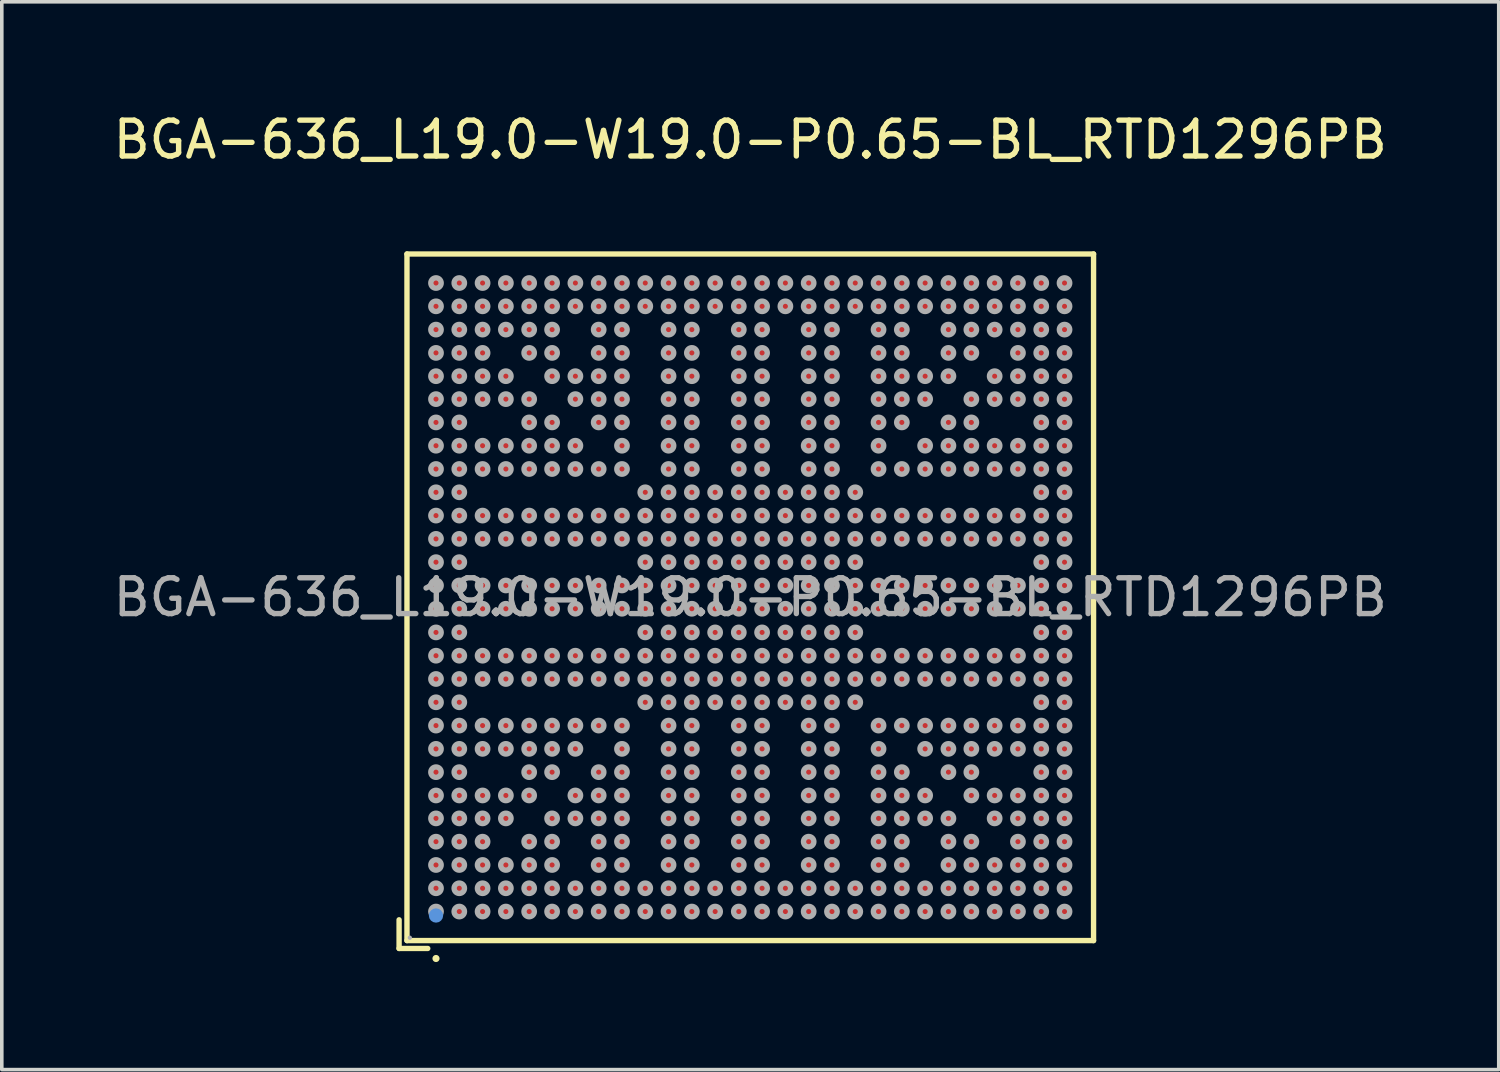
<source format=kicad_pcb>
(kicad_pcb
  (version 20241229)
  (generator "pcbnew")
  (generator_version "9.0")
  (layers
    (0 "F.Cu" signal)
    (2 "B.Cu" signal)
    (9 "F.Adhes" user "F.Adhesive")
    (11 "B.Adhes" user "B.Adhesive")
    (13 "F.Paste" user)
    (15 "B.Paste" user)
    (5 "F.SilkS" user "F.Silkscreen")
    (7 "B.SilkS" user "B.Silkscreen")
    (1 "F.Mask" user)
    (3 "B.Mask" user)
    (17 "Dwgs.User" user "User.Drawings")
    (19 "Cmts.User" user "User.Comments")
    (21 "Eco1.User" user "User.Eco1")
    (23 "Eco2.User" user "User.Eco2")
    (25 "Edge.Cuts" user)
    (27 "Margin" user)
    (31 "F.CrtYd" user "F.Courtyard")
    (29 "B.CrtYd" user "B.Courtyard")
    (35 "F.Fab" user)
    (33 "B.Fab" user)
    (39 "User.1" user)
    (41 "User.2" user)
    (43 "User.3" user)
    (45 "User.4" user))
  (footprint "BGA-636_L19.0-W19.0-P0.65-BL_RTD1296PB"
    (layer "F.Cu")
    (at 17.887 13.618)
    (property "Reference" "BGA-636_L19.0-W19.0-P0.65-BL_RTD1296PB" (at 0 -12.77 0) (layer "F.SilkS") (effects (font (size 1 1) (thickness 0.15))))
    (attr smd)
    (fp_line (start -9.8 9) (end -9.8 9.8) (stroke (width 0.15) (type solid)) (layer "F.SilkS"))
    (fp_line (start -9.8 9.8) (end -9 9.8) (stroke (width 0.15) (type solid)) (layer "F.SilkS"))
    (fp_line (start -9.58 -9.58) (end 9.58 -9.58) (stroke (width 0.15) (type solid)) (layer "F.SilkS"))
    (fp_line (start -9.58 9.58) (end -9.58 -9.58) (stroke (width 0.15) (type solid)) (layer "F.SilkS"))
    (fp_line (start 9.58 -9.58) (end 9.58 9.58) (stroke (width 0.15) (type solid)) (layer "F.SilkS"))
    (fp_line (start 9.58 9.58) (end -9.58 9.58) (stroke (width 0.15) (type solid)) (layer "F.SilkS"))
    (fp_circle (center -8.77 10.08) (end -8.72 10.08) (stroke (width 0.1) (type solid)) (fill no) (layer "F.SilkS"))
    (fp_circle (center -8.77 8.88) (end -8.67 8.88) (stroke (width 0.2) (type solid)) (fill no) (layer "Cmts.User"))
    (fp_circle (center -9.5 9.5) (end -9.47 9.5) (stroke (width 0.06) (type solid)) (fill no) (layer "F.Fab"))
    (fp_circle (center -8.77 -8.77) (end -8.7 -8.77) (stroke (width 0.15) (type solid)) (fill no) (layer "F.Fab"))
    (fp_circle (center -8.77 -8.12) (end -8.7 -8.12) (stroke (width 0.15) (type solid)) (fill no) (layer "F.Fab"))
    (fp_circle (center -8.77 -7.47) (end -8.7 -7.47) (stroke (width 0.15) (type solid)) (fill no) (layer "F.Fab"))
    (fp_circle (center -8.77 -6.82) (end -8.7 -6.82) (stroke (width 0.15) (type solid)) (fill no) (layer "F.Fab"))
    (fp_circle (center -8.77 -6.17) (end -8.7 -6.17) (stroke (width 0.15) (type solid)) (fill no) (layer "F.Fab"))
    (fp_circle (center -8.77 -5.53) (end -8.7 -5.53) (stroke (width 0.15) (type solid)) (fill no) (layer "F.Fab"))
    (fp_circle (center -8.77 -4.88) (end -8.7 -4.88) (stroke (width 0.15) (type solid)) (fill no) (layer "F.Fab"))
    (fp_circle (center -8.77 -4.23) (end -8.7 -4.23) (stroke (width 0.15) (type solid)) (fill no) (layer "F.Fab"))
    (fp_circle (center -8.77 -3.58) (end -8.7 -3.58) (stroke (width 0.15) (type solid)) (fill no) (layer "F.Fab"))
    (fp_circle (center -8.77 -2.93) (end -8.7 -2.93) (stroke (width 0.15) (type solid)) (fill no) (layer "F.Fab"))
    (fp_circle (center -8.77 -2.28) (end -8.7 -2.28) (stroke (width 0.15) (type solid)) (fill no) (layer "F.Fab"))
    (fp_circle (center -8.77 -1.63) (end -8.7 -1.63) (stroke (width 0.15) (type solid)) (fill no) (layer "F.Fab"))
    (fp_circle (center -8.77 -0.98) (end -8.7 -0.98) (stroke (width 0.15) (type solid)) (fill no) (layer "F.Fab"))
    (fp_circle (center -8.77 -0.33) (end -8.7 -0.33) (stroke (width 0.15) (type solid)) (fill no) (layer "F.Fab"))
    (fp_circle (center -8.77 0.32) (end -8.7 0.32) (stroke (width 0.15) (type solid)) (fill no) (layer "F.Fab"))
    (fp_circle (center -8.77 0.98) (end -8.7 0.98) (stroke (width 0.15) (type solid)) (fill no) (layer "F.Fab"))
    (fp_circle (center -8.77 1.63) (end -8.7 1.63) (stroke (width 0.15) (type solid)) (fill no) (layer "F.Fab"))
    (fp_circle (center -8.77 2.28) (end -8.7 2.28) (stroke (width 0.15) (type solid)) (fill no) (layer "F.Fab"))
    (fp_circle (center -8.77 2.93) (end -8.7 2.93) (stroke (width 0.15) (type solid)) (fill no) (layer "F.Fab"))
    (fp_circle (center -8.77 3.58) (end -8.7 3.58) (stroke (width 0.15) (type solid)) (fill no) (layer "F.Fab"))
    (fp_circle (center -8.77 4.23) (end -8.7 4.23) (stroke (width 0.15) (type solid)) (fill no) (layer "F.Fab"))
    (fp_circle (center -8.77 4.88) (end -8.7 4.88) (stroke (width 0.15) (type solid)) (fill no) (layer "F.Fab"))
    (fp_circle (center -8.77 5.53) (end -8.7 5.53) (stroke (width 0.15) (type solid)) (fill no) (layer "F.Fab"))
    (fp_circle (center -8.77 6.17) (end -8.7 6.17) (stroke (width 0.15) (type solid)) (fill no) (layer "F.Fab"))
    (fp_circle (center -8.77 6.82) (end -8.7 6.82) (stroke (width 0.15) (type solid)) (fill no) (layer "F.Fab"))
    (fp_circle (center -8.77 7.47) (end -8.7 7.47) (stroke (width 0.15) (type solid)) (fill no) (layer "F.Fab"))
    (fp_circle (center -8.77 8.12) (end -8.7 8.12) (stroke (width 0.15) (type solid)) (fill no) (layer "F.Fab"))
    (fp_circle (center -8.77 8.77) (end -8.7 8.77) (stroke (width 0.15) (type solid)) (fill no) (layer "F.Fab"))
    (fp_circle (center -8.12 -8.77) (end -8.05 -8.77) (stroke (width 0.15) (type solid)) (fill no) (layer "F.Fab"))
    (fp_circle (center -8.12 -8.12) (end -8.05 -8.12) (stroke (width 0.15) (type solid)) (fill no) (layer "F.Fab"))
    (fp_circle (center -8.12 -7.47) (end -8.05 -7.47) (stroke (width 0.15) (type solid)) (fill no) (layer "F.Fab"))
    (fp_circle (center -8.12 -6.82) (end -8.05 -6.82) (stroke (width 0.15) (type solid)) (fill no) (layer "F.Fab"))
    (fp_circle (center -8.12 -6.17) (end -8.05 -6.17) (stroke (width 0.15) (type solid)) (fill no) (layer "F.Fab"))
    (fp_circle (center -8.12 -5.53) (end -8.05 -5.53) (stroke (width 0.15) (type solid)) (fill no) (layer "F.Fab"))
    (fp_circle (center -8.12 -4.88) (end -8.05 -4.88) (stroke (width 0.15) (type solid)) (fill no) (layer "F.Fab"))
    (fp_circle (center -8.12 -4.23) (end -8.05 -4.23) (stroke (width 0.15) (type solid)) (fill no) (layer "F.Fab"))
    (fp_circle (center -8.12 -3.58) (end -8.05 -3.58) (stroke (width 0.15) (type solid)) (fill no) (layer "F.Fab"))
    (fp_circle (center -8.12 -2.93) (end -8.05 -2.93) (stroke (width 0.15) (type solid)) (fill no) (layer "F.Fab"))
    (fp_circle (center -8.12 -2.28) (end -8.05 -2.28) (stroke (width 0.15) (type solid)) (fill no) (layer "F.Fab"))
    (fp_circle (center -8.12 -1.63) (end -8.05 -1.63) (stroke (width 0.15) (type solid)) (fill no) (layer "F.Fab"))
    (fp_circle (center -8.12 -0.98) (end -8.05 -0.98) (stroke (width 0.15) (type solid)) (fill no) (layer "F.Fab"))
    (fp_circle (center -8.12 -0.33) (end -8.05 -0.33) (stroke (width 0.15) (type solid)) (fill no) (layer "F.Fab"))
    (fp_circle (center -8.12 0.32) (end -8.05 0.32) (stroke (width 0.15) (type solid)) (fill no) (layer "F.Fab"))
    (fp_circle (center -8.12 0.98) (end -8.05 0.98) (stroke (width 0.15) (type solid)) (fill no) (layer "F.Fab"))
    (fp_circle (center -8.12 1.63) (end -8.05 1.63) (stroke (width 0.15) (type solid)) (fill no) (layer "F.Fab"))
    (fp_circle (center -8.12 2.28) (end -8.05 2.28) (stroke (width 0.15) (type solid)) (fill no) (layer "F.Fab"))
    (fp_circle (center -8.12 2.93) (end -8.05 2.93) (stroke (width 0.15) (type solid)) (fill no) (layer "F.Fab"))
    (fp_circle (center -8.12 3.58) (end -8.05 3.58) (stroke (width 0.15) (type solid)) (fill no) (layer "F.Fab"))
    (fp_circle (center -8.12 4.23) (end -8.05 4.23) (stroke (width 0.15) (type solid)) (fill no) (layer "F.Fab"))
    (fp_circle (center -8.12 4.88) (end -8.05 4.88) (stroke (width 0.15) (type solid)) (fill no) (layer "F.Fab"))
    (fp_circle (center -8.12 5.53) (end -8.05 5.53) (stroke (width 0.15) (type solid)) (fill no) (layer "F.Fab"))
    (fp_circle (center -8.12 6.17) (end -8.05 6.17) (stroke (width 0.15) (type solid)) (fill no) (layer "F.Fab"))
    (fp_circle (center -8.12 6.82) (end -8.05 6.82) (stroke (width 0.15) (type solid)) (fill no) (layer "F.Fab"))
    (fp_circle (center -8.12 7.47) (end -8.05 7.47) (stroke (width 0.15) (type solid)) (fill no) (layer "F.Fab"))
    (fp_circle (center -8.12 8.12) (end -8.05 8.12) (stroke (width 0.15) (type solid)) (fill no) (layer "F.Fab"))
    (fp_circle (center -8.12 8.77) (end -8.05 8.77) (stroke (width 0.15) (type solid)) (fill no) (layer "F.Fab"))
    (fp_circle (center -7.47 -8.77) (end -7.4 -8.77) (stroke (width 0.15) (type solid)) (fill no) (layer "F.Fab"))
    (fp_circle (center -7.47 -8.12) (end -7.4 -8.12) (stroke (width 0.15) (type solid)) (fill no) (layer "F.Fab"))
    (fp_circle (center -7.47 -7.47) (end -7.4 -7.47) (stroke (width 0.15) (type solid)) (fill no) (layer "F.Fab"))
    (fp_circle (center -7.47 -6.82) (end -7.4 -6.82) (stroke (width 0.15) (type solid)) (fill no) (layer "F.Fab"))
    (fp_circle (center -7.47 -6.17) (end -7.4 -6.17) (stroke (width 0.15) (type solid)) (fill no) (layer "F.Fab"))
    (fp_circle (center -7.47 -5.53) (end -7.4 -5.53) (stroke (width 0.15) (type solid)) (fill no) (layer "F.Fab"))
    (fp_circle (center -7.47 -4.23) (end -7.4 -4.23) (stroke (width 0.15) (type solid)) (fill no) (layer "F.Fab"))
    (fp_circle (center -7.47 -3.58) (end -7.4 -3.58) (stroke (width 0.15) (type solid)) (fill no) (layer "F.Fab"))
    (fp_circle (center -7.47 -2.28) (end -7.4 -2.28) (stroke (width 0.15) (type solid)) (fill no) (layer "F.Fab"))
    (fp_circle (center -7.47 -1.63) (end -7.4 -1.63) (stroke (width 0.15) (type solid)) (fill no) (layer "F.Fab"))
    (fp_circle (center -7.47 -0.33) (end -7.4 -0.33) (stroke (width 0.15) (type solid)) (fill no) (layer "F.Fab"))
    (fp_circle (center -7.47 0.32) (end -7.4 0.32) (stroke (width 0.15) (type solid)) (fill no) (layer "F.Fab"))
    (fp_circle (center -7.47 1.63) (end -7.4 1.63) (stroke (width 0.15) (type solid)) (fill no) (layer "F.Fab"))
    (fp_circle (center -7.47 2.28) (end -7.4 2.28) (stroke (width 0.15) (type solid)) (fill no) (layer "F.Fab"))
    (fp_circle (center -7.47 3.58) (end -7.4 3.58) (stroke (width 0.15) (type solid)) (fill no) (layer "F.Fab"))
    (fp_circle (center -7.47 4.23) (end -7.4 4.23) (stroke (width 0.15) (type solid)) (fill no) (layer "F.Fab"))
    (fp_circle (center -7.47 5.53) (end -7.4 5.53) (stroke (width 0.15) (type solid)) (fill no) (layer "F.Fab"))
    (fp_circle (center -7.47 6.17) (end -7.4 6.17) (stroke (width 0.15) (type solid)) (fill no) (layer "F.Fab"))
    (fp_circle (center -7.47 6.82) (end -7.4 6.82) (stroke (width 0.15) (type solid)) (fill no) (layer "F.Fab"))
    (fp_circle (center -7.47 7.47) (end -7.4 7.47) (stroke (width 0.15) (type solid)) (fill no) (layer "F.Fab"))
    (fp_circle (center -7.47 8.12) (end -7.4 8.12) (stroke (width 0.15) (type solid)) (fill no) (layer "F.Fab"))
    (fp_circle (center -7.47 8.77) (end -7.4 8.77) (stroke (width 0.15) (type solid)) (fill no) (layer "F.Fab"))
    (fp_circle (center -6.82 -8.77) (end -6.75 -8.77) (stroke (width 0.15) (type solid)) (fill no) (layer "F.Fab"))
    (fp_circle (center -6.82 -8.12) (end -6.75 -8.12) (stroke (width 0.15) (type solid)) (fill no) (layer "F.Fab"))
    (fp_circle (center -6.82 -7.47) (end -6.75 -7.47) (stroke (width 0.15) (type solid)) (fill no) (layer "F.Fab"))
    (fp_circle (center -6.82 -6.17) (end -6.75 -6.17) (stroke (width 0.15) (type solid)) (fill no) (layer "F.Fab"))
    (fp_circle (center -6.82 -5.53) (end -6.75 -5.53) (stroke (width 0.15) (type solid)) (fill no) (layer "F.Fab"))
    (fp_circle (center -6.82 -4.23) (end -6.75 -4.23) (stroke (width 0.15) (type solid)) (fill no) (layer "F.Fab"))
    (fp_circle (center -6.82 -3.58) (end -6.75 -3.58) (stroke (width 0.15) (type solid)) (fill no) (layer "F.Fab"))
    (fp_circle (center -6.82 -2.28) (end -6.75 -2.28) (stroke (width 0.15) (type solid)) (fill no) (layer "F.Fab"))
    (fp_circle (center -6.82 -1.63) (end -6.75 -1.63) (stroke (width 0.15) (type solid)) (fill no) (layer "F.Fab"))
    (fp_circle (center -6.82 -0.33) (end -6.75 -0.33) (stroke (width 0.15) (type solid)) (fill no) (layer "F.Fab"))
    (fp_circle (center -6.82 0.32) (end -6.75 0.32) (stroke (width 0.15) (type solid)) (fill no) (layer "F.Fab"))
    (fp_circle (center -6.82 1.63) (end -6.75 1.63) (stroke (width 0.15) (type solid)) (fill no) (layer "F.Fab"))
    (fp_circle (center -6.82 2.28) (end -6.75 2.28) (stroke (width 0.15) (type solid)) (fill no) (layer "F.Fab"))
    (fp_circle (center -6.82 3.58) (end -6.75 3.58) (stroke (width 0.15) (type solid)) (fill no) (layer "F.Fab"))
    (fp_circle (center -6.82 4.23) (end -6.75 4.23) (stroke (width 0.15) (type solid)) (fill no) (layer "F.Fab"))
    (fp_circle (center -6.82 5.53) (end -6.75 5.53) (stroke (width 0.15) (type solid)) (fill no) (layer "F.Fab"))
    (fp_circle (center -6.82 6.17) (end -6.75 6.17) (stroke (width 0.15) (type solid)) (fill no) (layer "F.Fab"))
    (fp_circle (center -6.82 7.47) (end -6.75 7.47) (stroke (width 0.15) (type solid)) (fill no) (layer "F.Fab"))
    (fp_circle (center -6.82 8.12) (end -6.75 8.12) (stroke (width 0.15) (type solid)) (fill no) (layer "F.Fab"))
    (fp_circle (center -6.82 8.77) (end -6.75 8.77) (stroke (width 0.15) (type solid)) (fill no) (layer "F.Fab"))
    (fp_circle (center -6.17 -8.77) (end -6.1 -8.77) (stroke (width 0.15) (type solid)) (fill no) (layer "F.Fab"))
    (fp_circle (center -6.17 -8.12) (end -6.1 -8.12) (stroke (width 0.15) (type solid)) (fill no) (layer "F.Fab"))
    (fp_circle (center -6.17 -7.47) (end -6.1 -7.47) (stroke (width 0.15) (type solid)) (fill no) (layer "F.Fab"))
    (fp_circle (center -6.17 -6.82) (end -6.1 -6.82) (stroke (width 0.15) (type solid)) (fill no) (layer "F.Fab"))
    (fp_circle (center -6.17 -5.53) (end -6.1 -5.53) (stroke (width 0.15) (type solid)) (fill no) (layer "F.Fab"))
    (fp_circle (center -6.17 -4.88) (end -6.1 -4.88) (stroke (width 0.15) (type solid)) (fill no) (layer "F.Fab"))
    (fp_circle (center -6.17 -4.23) (end -6.1 -4.23) (stroke (width 0.15) (type solid)) (fill no) (layer "F.Fab"))
    (fp_circle (center -6.17 -3.58) (end -6.1 -3.58) (stroke (width 0.15) (type solid)) (fill no) (layer "F.Fab"))
    (fp_circle (center -6.17 -2.28) (end -6.1 -2.28) (stroke (width 0.15) (type solid)) (fill no) (layer "F.Fab"))
    (fp_circle (center -6.17 -1.63) (end -6.1 -1.63) (stroke (width 0.15) (type solid)) (fill no) (layer "F.Fab"))
    (fp_circle (center -6.17 -0.33) (end -6.1 -0.33) (stroke (width 0.15) (type solid)) (fill no) (layer "F.Fab"))
    (fp_circle (center -6.17 0.32) (end -6.1 0.32) (stroke (width 0.15) (type solid)) (fill no) (layer "F.Fab"))
    (fp_circle (center -6.17 1.63) (end -6.1 1.63) (stroke (width 0.15) (type solid)) (fill no) (layer "F.Fab"))
    (fp_circle (center -6.17 2.28) (end -6.1 2.28) (stroke (width 0.15) (type solid)) (fill no) (layer "F.Fab"))
    (fp_circle (center -6.17 3.58) (end -6.1 3.58) (stroke (width 0.15) (type solid)) (fill no) (layer "F.Fab"))
    (fp_circle (center -6.17 4.23) (end -6.1 4.23) (stroke (width 0.15) (type solid)) (fill no) (layer "F.Fab"))
    (fp_circle (center -6.17 4.88) (end -6.1 4.88) (stroke (width 0.15) (type solid)) (fill no) (layer "F.Fab"))
    (fp_circle (center -6.17 5.53) (end -6.1 5.53) (stroke (width 0.15) (type solid)) (fill no) (layer "F.Fab"))
    (fp_circle (center -6.17 6.82) (end -6.1 6.82) (stroke (width 0.15) (type solid)) (fill no) (layer "F.Fab"))
    (fp_circle (center -6.17 7.47) (end -6.1 7.47) (stroke (width 0.15) (type solid)) (fill no) (layer "F.Fab"))
    (fp_circle (center -6.17 8.12) (end -6.1 8.12) (stroke (width 0.15) (type solid)) (fill no) (layer "F.Fab"))
    (fp_circle (center -6.17 8.77) (end -6.1 8.77) (stroke (width 0.15) (type solid)) (fill no) (layer "F.Fab"))
    (fp_circle (center -5.53 -8.77) (end -5.46 -8.77) (stroke (width 0.15) (type solid)) (fill no) (layer "F.Fab"))
    (fp_circle (center -5.53 -8.12) (end -5.46 -8.12) (stroke (width 0.15) (type solid)) (fill no) (layer "F.Fab"))
    (fp_circle (center -5.53 -7.47) (end -5.46 -7.47) (stroke (width 0.15) (type solid)) (fill no) (layer "F.Fab"))
    (fp_circle (center -5.53 -6.82) (end -5.46 -6.82) (stroke (width 0.15) (type solid)) (fill no) (layer "F.Fab"))
    (fp_circle (center -5.53 -6.17) (end -5.46 -6.17) (stroke (width 0.15) (type solid)) (fill no) (layer "F.Fab"))
    (fp_circle (center -5.53 -4.88) (end -5.46 -4.88) (stroke (width 0.15) (type solid)) (fill no) (layer "F.Fab"))
    (fp_circle (center -5.53 -4.23) (end -5.46 -4.23) (stroke (width 0.15) (type solid)) (fill no) (layer "F.Fab"))
    (fp_circle (center -5.53 -3.58) (end -5.46 -3.58) (stroke (width 0.15) (type solid)) (fill no) (layer "F.Fab"))
    (fp_circle (center -5.53 -2.28) (end -5.46 -2.28) (stroke (width 0.15) (type solid)) (fill no) (layer "F.Fab"))
    (fp_circle (center -5.53 -1.63) (end -5.46 -1.63) (stroke (width 0.15) (type solid)) (fill no) (layer "F.Fab"))
    (fp_circle (center -5.53 -0.33) (end -5.46 -0.33) (stroke (width 0.15) (type solid)) (fill no) (layer "F.Fab"))
    (fp_circle (center -5.53 0.32) (end -5.46 0.32) (stroke (width 0.15) (type solid)) (fill no) (layer "F.Fab"))
    (fp_circle (center -5.53 1.63) (end -5.46 1.63) (stroke (width 0.15) (type solid)) (fill no) (layer "F.Fab"))
    (fp_circle (center -5.53 2.28) (end -5.46 2.28) (stroke (width 0.15) (type solid)) (fill no) (layer "F.Fab"))
    (fp_circle (center -5.53 3.58) (end -5.46 3.58) (stroke (width 0.15) (type solid)) (fill no) (layer "F.Fab"))
    (fp_circle (center -5.53 4.23) (end -5.46 4.23) (stroke (width 0.15) (type solid)) (fill no) (layer "F.Fab"))
    (fp_circle (center -5.53 4.88) (end -5.46 4.88) (stroke (width 0.15) (type solid)) (fill no) (layer "F.Fab"))
    (fp_circle (center -5.53 6.17) (end -5.46 6.17) (stroke (width 0.15) (type solid)) (fill no) (layer "F.Fab"))
    (fp_circle (center -5.53 6.82) (end -5.46 6.82) (stroke (width 0.15) (type solid)) (fill no) (layer "F.Fab"))
    (fp_circle (center -5.53 7.47) (end -5.46 7.47) (stroke (width 0.15) (type solid)) (fill no) (layer "F.Fab"))
    (fp_circle (center -5.53 8.12) (end -5.46 8.12) (stroke (width 0.15) (type solid)) (fill no) (layer "F.Fab"))
    (fp_circle (center -5.53 8.77) (end -5.46 8.77) (stroke (width 0.15) (type solid)) (fill no) (layer "F.Fab"))
    (fp_circle (center -4.88 -8.77) (end -4.81 -8.77) (stroke (width 0.15) (type solid)) (fill no) (layer "F.Fab"))
    (fp_circle (center -4.88 -8.12) (end -4.81 -8.12) (stroke (width 0.15) (type solid)) (fill no) (layer "F.Fab"))
    (fp_circle (center -4.88 -6.17) (end -4.81 -6.17) (stroke (width 0.15) (type solid)) (fill no) (layer "F.Fab"))
    (fp_circle (center -4.88 -5.53) (end -4.81 -5.53) (stroke (width 0.15) (type solid)) (fill no) (layer "F.Fab"))
    (fp_circle (center -4.88 -4.23) (end -4.81 -4.23) (stroke (width 0.15) (type solid)) (fill no) (layer "F.Fab"))
    (fp_circle (center -4.88 -3.58) (end -4.81 -3.58) (stroke (width 0.15) (type solid)) (fill no) (layer "F.Fab"))
    (fp_circle (center -4.88 -2.28) (end -4.81 -2.28) (stroke (width 0.15) (type solid)) (fill no) (layer "F.Fab"))
    (fp_circle (center -4.88 -1.63) (end -4.81 -1.63) (stroke (width 0.15) (type solid)) (fill no) (layer "F.Fab"))
    (fp_circle (center -4.88 -0.33) (end -4.81 -0.33) (stroke (width 0.15) (type solid)) (fill no) (layer "F.Fab"))
    (fp_circle (center -4.88 0.32) (end -4.81 0.32) (stroke (width 0.15) (type solid)) (fill no) (layer "F.Fab"))
    (fp_circle (center -4.88 1.63) (end -4.81 1.63) (stroke (width 0.15) (type solid)) (fill no) (layer "F.Fab"))
    (fp_circle (center -4.88 2.28) (end -4.81 2.28) (stroke (width 0.15) (type solid)) (fill no) (layer "F.Fab"))
    (fp_circle (center -4.88 3.58) (end -4.81 3.58) (stroke (width 0.15) (type solid)) (fill no) (layer "F.Fab"))
    (fp_circle (center -4.88 4.23) (end -4.81 4.23) (stroke (width 0.15) (type solid)) (fill no) (layer "F.Fab"))
    (fp_circle (center -4.88 5.53) (end -4.81 5.53) (stroke (width 0.15) (type solid)) (fill no) (layer "F.Fab"))
    (fp_circle (center -4.88 6.17) (end -4.81 6.17) (stroke (width 0.15) (type solid)) (fill no) (layer "F.Fab"))
    (fp_circle (center -4.88 8.12) (end -4.81 8.12) (stroke (width 0.15) (type solid)) (fill no) (layer "F.Fab"))
    (fp_circle (center -4.88 8.77) (end -4.81 8.77) (stroke (width 0.15) (type solid)) (fill no) (layer "F.Fab"))
    (fp_circle (center -4.23 -8.77) (end -4.16 -8.77) (stroke (width 0.15) (type solid)) (fill no) (layer "F.Fab"))
    (fp_circle (center -4.23 -8.12) (end -4.16 -8.12) (stroke (width 0.15) (type solid)) (fill no) (layer "F.Fab"))
    (fp_circle (center -4.23 -7.47) (end -4.16 -7.47) (stroke (width 0.15) (type solid)) (fill no) (layer "F.Fab"))
    (fp_circle (center -4.23 -6.82) (end -4.16 -6.82) (stroke (width 0.15) (type solid)) (fill no) (layer "F.Fab"))
    (fp_circle (center -4.23 -6.17) (end -4.16 -6.17) (stroke (width 0.15) (type solid)) (fill no) (layer "F.Fab"))
    (fp_circle (center -4.23 -5.53) (end -4.16 -5.53) (stroke (width 0.15) (type solid)) (fill no) (layer "F.Fab"))
    (fp_circle (center -4.23 -4.88) (end -4.16 -4.88) (stroke (width 0.15) (type solid)) (fill no) (layer "F.Fab"))
    (fp_circle (center -4.23 -3.58) (end -4.16 -3.58) (stroke (width 0.15) (type solid)) (fill no) (layer "F.Fab"))
    (fp_circle (center -4.23 -2.28) (end -4.16 -2.28) (stroke (width 0.15) (type solid)) (fill no) (layer "F.Fab"))
    (fp_circle (center -4.23 -1.63) (end -4.16 -1.63) (stroke (width 0.15) (type solid)) (fill no) (layer "F.Fab"))
    (fp_circle (center -4.23 -0.33) (end -4.16 -0.33) (stroke (width 0.15) (type solid)) (fill no) (layer "F.Fab"))
    (fp_circle (center -4.23 0.32) (end -4.16 0.32) (stroke (width 0.15) (type solid)) (fill no) (layer "F.Fab"))
    (fp_circle (center -4.23 1.63) (end -4.16 1.63) (stroke (width 0.15) (type solid)) (fill no) (layer "F.Fab"))
    (fp_circle (center -4.23 2.28) (end -4.16 2.28) (stroke (width 0.15) (type solid)) (fill no) (layer "F.Fab"))
    (fp_circle (center -4.23 3.58) (end -4.16 3.58) (stroke (width 0.15) (type solid)) (fill no) (layer "F.Fab"))
    (fp_circle (center -4.23 4.88) (end -4.16 4.88) (stroke (width 0.15) (type solid)) (fill no) (layer "F.Fab"))
    (fp_circle (center -4.23 5.53) (end -4.16 5.53) (stroke (width 0.15) (type solid)) (fill no) (layer "F.Fab"))
    (fp_circle (center -4.23 6.17) (end -4.16 6.17) (stroke (width 0.15) (type solid)) (fill no) (layer "F.Fab"))
    (fp_circle (center -4.23 6.82) (end -4.16 6.82) (stroke (width 0.15) (type solid)) (fill no) (layer "F.Fab"))
    (fp_circle (center -4.23 7.47) (end -4.16 7.47) (stroke (width 0.15) (type solid)) (fill no) (layer "F.Fab"))
    (fp_circle (center -4.23 8.12) (end -4.16 8.12) (stroke (width 0.15) (type solid)) (fill no) (layer "F.Fab"))
    (fp_circle (center -4.23 8.77) (end -4.16 8.77) (stroke (width 0.15) (type solid)) (fill no) (layer "F.Fab"))
    (fp_circle (center -3.58 -8.77) (end -3.51 -8.77) (stroke (width 0.15) (type solid)) (fill no) (layer "F.Fab"))
    (fp_circle (center -3.58 -8.12) (end -3.51 -8.12) (stroke (width 0.15) (type solid)) (fill no) (layer "F.Fab"))
    (fp_circle (center -3.58 -7.47) (end -3.51 -7.47) (stroke (width 0.15) (type solid)) (fill no) (layer "F.Fab"))
    (fp_circle (center -3.58 -6.82) (end -3.51 -6.82) (stroke (width 0.15) (type solid)) (fill no) (layer "F.Fab"))
    (fp_circle (center -3.58 -6.17) (end -3.51 -6.17) (stroke (width 0.15) (type solid)) (fill no) (layer "F.Fab"))
    (fp_circle (center -3.58 -5.53) (end -3.51 -5.53) (stroke (width 0.15) (type solid)) (fill no) (layer "F.Fab"))
    (fp_circle (center -3.58 -4.88) (end -3.51 -4.88) (stroke (width 0.15) (type solid)) (fill no) (layer "F.Fab"))
    (fp_circle (center -3.58 -4.23) (end -3.51 -4.23) (stroke (width 0.15) (type solid)) (fill no) (layer "F.Fab"))
    (fp_circle (center -3.58 -3.58) (end -3.51 -3.58) (stroke (width 0.15) (type solid)) (fill no) (layer "F.Fab"))
    (fp_circle (center -3.58 -2.28) (end -3.51 -2.28) (stroke (width 0.15) (type solid)) (fill no) (layer "F.Fab"))
    (fp_circle (center -3.58 -1.63) (end -3.51 -1.63) (stroke (width 0.15) (type solid)) (fill no) (layer "F.Fab"))
    (fp_circle (center -3.58 -0.33) (end -3.51 -0.33) (stroke (width 0.15) (type solid)) (fill no) (layer "F.Fab"))
    (fp_circle (center -3.58 0.32) (end -3.51 0.32) (stroke (width 0.15) (type solid)) (fill no) (layer "F.Fab"))
    (fp_circle (center -3.58 1.63) (end -3.51 1.63) (stroke (width 0.15) (type solid)) (fill no) (layer "F.Fab"))
    (fp_circle (center -3.58 2.28) (end -3.51 2.28) (stroke (width 0.15) (type solid)) (fill no) (layer "F.Fab"))
    (fp_circle (center -3.58 3.58) (end -3.51 3.58) (stroke (width 0.15) (type solid)) (fill no) (layer "F.Fab"))
    (fp_circle (center -3.58 4.23) (end -3.51 4.23) (stroke (width 0.15) (type solid)) (fill no) (layer "F.Fab"))
    (fp_circle (center -3.58 4.88) (end -3.51 4.88) (stroke (width 0.15) (type solid)) (fill no) (layer "F.Fab"))
    (fp_circle (center -3.58 5.53) (end -3.51 5.53) (stroke (width 0.15) (type solid)) (fill no) (layer "F.Fab"))
    (fp_circle (center -3.58 6.17) (end -3.51 6.17) (stroke (width 0.15) (type solid)) (fill no) (layer "F.Fab"))
    (fp_circle (center -3.58 6.82) (end -3.51 6.82) (stroke (width 0.15) (type solid)) (fill no) (layer "F.Fab"))
    (fp_circle (center -3.58 7.47) (end -3.51 7.47) (stroke (width 0.15) (type solid)) (fill no) (layer "F.Fab"))
    (fp_circle (center -3.58 8.12) (end -3.51 8.12) (stroke (width 0.15) (type solid)) (fill no) (layer "F.Fab"))
    (fp_circle (center -3.58 8.77) (end -3.51 8.77) (stroke (width 0.15) (type solid)) (fill no) (layer "F.Fab"))
    (fp_circle (center -2.93 -8.77) (end -2.86 -8.77) (stroke (width 0.15) (type solid)) (fill no) (layer "F.Fab"))
    (fp_circle (center -2.93 -8.12) (end -2.86 -8.12) (stroke (width 0.15) (type solid)) (fill no) (layer "F.Fab"))
    (fp_circle (center -2.93 -2.93) (end -2.86 -2.93) (stroke (width 0.15) (type solid)) (fill no) (layer "F.Fab"))
    (fp_circle (center -2.93 -2.28) (end -2.86 -2.28) (stroke (width 0.15) (type solid)) (fill no) (layer "F.Fab"))
    (fp_circle (center -2.93 -1.63) (end -2.86 -1.63) (stroke (width 0.15) (type solid)) (fill no) (layer "F.Fab"))
    (fp_circle (center -2.93 -0.98) (end -2.86 -0.98) (stroke (width 0.15) (type solid)) (fill no) (layer "F.Fab"))
    (fp_circle (center -2.93 -0.33) (end -2.86 -0.33) (stroke (width 0.15) (type solid)) (fill no) (layer "F.Fab"))
    (fp_circle (center -2.93 0.32) (end -2.86 0.32) (stroke (width 0.15) (type solid)) (fill no) (layer "F.Fab"))
    (fp_circle (center -2.93 0.98) (end -2.86 0.98) (stroke (width 0.15) (type solid)) (fill no) (layer "F.Fab"))
    (fp_circle (center -2.93 1.63) (end -2.86 1.63) (stroke (width 0.15) (type solid)) (fill no) (layer "F.Fab"))
    (fp_circle (center -2.93 2.28) (end -2.86 2.28) (stroke (width 0.15) (type solid)) (fill no) (layer "F.Fab"))
    (fp_circle (center -2.93 2.93) (end -2.86 2.93) (stroke (width 0.15) (type solid)) (fill no) (layer "F.Fab"))
    (fp_circle (center -2.93 8.12) (end -2.86 8.12) (stroke (width 0.15) (type solid)) (fill no) (layer "F.Fab"))
    (fp_circle (center -2.93 8.77) (end -2.86 8.77) (stroke (width 0.15) (type solid)) (fill no) (layer "F.Fab"))
    (fp_circle (center -2.28 -8.77) (end -2.21 -8.77) (stroke (width 0.15) (type solid)) (fill no) (layer "F.Fab"))
    (fp_circle (center -2.28 -8.12) (end -2.21 -8.12) (stroke (width 0.15) (type solid)) (fill no) (layer "F.Fab"))
    (fp_circle (center -2.28 -7.47) (end -2.21 -7.47) (stroke (width 0.15) (type solid)) (fill no) (layer "F.Fab"))
    (fp_circle (center -2.28 -6.82) (end -2.21 -6.82) (stroke (width 0.15) (type solid)) (fill no) (layer "F.Fab"))
    (fp_circle (center -2.28 -6.17) (end -2.21 -6.17) (stroke (width 0.15) (type solid)) (fill no) (layer "F.Fab"))
    (fp_circle (center -2.28 -5.53) (end -2.21 -5.53) (stroke (width 0.15) (type solid)) (fill no) (layer "F.Fab"))
    (fp_circle (center -2.28 -4.88) (end -2.21 -4.88) (stroke (width 0.15) (type solid)) (fill no) (layer "F.Fab"))
    (fp_circle (center -2.28 -4.23) (end -2.21 -4.23) (stroke (width 0.15) (type solid)) (fill no) (layer "F.Fab"))
    (fp_circle (center -2.28 -3.58) (end -2.21 -3.58) (stroke (width 0.15) (type solid)) (fill no) (layer "F.Fab"))
    (fp_circle (center -2.28 -2.93) (end -2.21 -2.93) (stroke (width 0.15) (type solid)) (fill no) (layer "F.Fab"))
    (fp_circle (center -2.28 -2.28) (end -2.21 -2.28) (stroke (width 0.15) (type solid)) (fill no) (layer "F.Fab"))
    (fp_circle (center -2.28 -1.63) (end -2.21 -1.63) (stroke (width 0.15) (type solid)) (fill no) (layer "F.Fab"))
    (fp_circle (center -2.28 -0.98) (end -2.21 -0.98) (stroke (width 0.15) (type solid)) (fill no) (layer "F.Fab"))
    (fp_circle (center -2.28 -0.33) (end -2.21 -0.33) (stroke (width 0.15) (type solid)) (fill no) (layer "F.Fab"))
    (fp_circle (center -2.28 0.32) (end -2.21 0.32) (stroke (width 0.15) (type solid)) (fill no) (layer "F.Fab"))
    (fp_circle (center -2.28 0.98) (end -2.21 0.98) (stroke (width 0.15) (type solid)) (fill no) (layer "F.Fab"))
    (fp_circle (center -2.28 1.63) (end -2.21 1.63) (stroke (width 0.15) (type solid)) (fill no) (layer "F.Fab"))
    (fp_circle (center -2.28 2.28) (end -2.21 2.28) (stroke (width 0.15) (type solid)) (fill no) (layer "F.Fab"))
    (fp_circle (center -2.28 2.93) (end -2.21 2.93) (stroke (width 0.15) (type solid)) (fill no) (layer "F.Fab"))
    (fp_circle (center -2.28 3.58) (end -2.21 3.58) (stroke (width 0.15) (type solid)) (fill no) (layer "F.Fab"))
    (fp_circle (center -2.28 4.23) (end -2.21 4.23) (stroke (width 0.15) (type solid)) (fill no) (layer "F.Fab"))
    (fp_circle (center -2.28 4.88) (end -2.21 4.88) (stroke (width 0.15) (type solid)) (fill no) (layer "F.Fab"))
    (fp_circle (center -2.28 5.53) (end -2.21 5.53) (stroke (width 0.15) (type solid)) (fill no) (layer "F.Fab"))
    (fp_circle (center -2.28 6.17) (end -2.21 6.17) (stroke (width 0.15) (type solid)) (fill no) (layer "F.Fab"))
    (fp_circle (center -2.28 6.82) (end -2.21 6.82) (stroke (width 0.15) (type solid)) (fill no) (layer "F.Fab"))
    (fp_circle (center -2.28 7.47) (end -2.21 7.47) (stroke (width 0.15) (type solid)) (fill no) (layer "F.Fab"))
    (fp_circle (center -2.28 8.12) (end -2.21 8.12) (stroke (width 0.15) (type solid)) (fill no) (layer "F.Fab"))
    (fp_circle (center -2.28 8.77) (end -2.21 8.77) (stroke (width 0.15) (type solid)) (fill no) (layer "F.Fab"))
    (fp_circle (center -1.63 -8.77) (end -1.56 -8.77) (stroke (width 0.15) (type solid)) (fill no) (layer "F.Fab"))
    (fp_circle (center -1.63 -8.12) (end -1.56 -8.12) (stroke (width 0.15) (type solid)) (fill no) (layer "F.Fab"))
    (fp_circle (center -1.63 -7.47) (end -1.56 -7.47) (stroke (width 0.15) (type solid)) (fill no) (layer "F.Fab"))
    (fp_circle (center -1.63 -6.82) (end -1.56 -6.82) (stroke (width 0.15) (type solid)) (fill no) (layer "F.Fab"))
    (fp_circle (center -1.63 -6.17) (end -1.56 -6.17) (stroke (width 0.15) (type solid)) (fill no) (layer "F.Fab"))
    (fp_circle (center -1.63 -5.53) (end -1.56 -5.53) (stroke (width 0.15) (type solid)) (fill no) (layer "F.Fab"))
    (fp_circle (center -1.63 -4.88) (end -1.56 -4.88) (stroke (width 0.15) (type solid)) (fill no) (layer "F.Fab"))
    (fp_circle (center -1.63 -4.23) (end -1.56 -4.23) (stroke (width 0.15) (type solid)) (fill no) (layer "F.Fab"))
    (fp_circle (center -1.63 -3.58) (end -1.56 -3.58) (stroke (width 0.15) (type solid)) (fill no) (layer "F.Fab"))
    (fp_circle (center -1.63 -2.93) (end -1.56 -2.93) (stroke (width 0.15) (type solid)) (fill no) (layer "F.Fab"))
    (fp_circle (center -1.63 -2.28) (end -1.56 -2.28) (stroke (width 0.15) (type solid)) (fill no) (layer "F.Fab"))
    (fp_circle (center -1.63 -1.63) (end -1.56 -1.63) (stroke (width 0.15) (type solid)) (fill no) (layer "F.Fab"))
    (fp_circle (center -1.63 -0.98) (end -1.56 -0.98) (stroke (width 0.15) (type solid)) (fill no) (layer "F.Fab"))
    (fp_circle (center -1.63 -0.33) (end -1.56 -0.33) (stroke (width 0.15) (type solid)) (fill no) (layer "F.Fab"))
    (fp_circle (center -1.63 0.32) (end -1.56 0.32) (stroke (width 0.15) (type solid)) (fill no) (layer "F.Fab"))
    (fp_circle (center -1.63 0.98) (end -1.56 0.98) (stroke (width 0.15) (type solid)) (fill no) (layer "F.Fab"))
    (fp_circle (center -1.63 1.63) (end -1.56 1.63) (stroke (width 0.15) (type solid)) (fill no) (layer "F.Fab"))
    (fp_circle (center -1.63 2.28) (end -1.56 2.28) (stroke (width 0.15) (type solid)) (fill no) (layer "F.Fab"))
    (fp_circle (center -1.63 2.93) (end -1.56 2.93) (stroke (width 0.15) (type solid)) (fill no) (layer "F.Fab"))
    (fp_circle (center -1.63 3.58) (end -1.56 3.58) (stroke (width 0.15) (type solid)) (fill no) (layer "F.Fab"))
    (fp_circle (center -1.63 4.23) (end -1.56 4.23) (stroke (width 0.15) (type solid)) (fill no) (layer "F.Fab"))
    (fp_circle (center -1.63 4.88) (end -1.56 4.88) (stroke (width 0.15) (type solid)) (fill no) (layer "F.Fab"))
    (fp_circle (center -1.63 5.53) (end -1.56 5.53) (stroke (width 0.15) (type solid)) (fill no) (layer "F.Fab"))
    (fp_circle (center -1.63 6.17) (end -1.56 6.17) (stroke (width 0.15) (type solid)) (fill no) (layer "F.Fab"))
    (fp_circle (center -1.63 6.82) (end -1.56 6.82) (stroke (width 0.15) (type solid)) (fill no) (layer "F.Fab"))
    (fp_circle (center -1.63 7.47) (end -1.56 7.47) (stroke (width 0.15) (type solid)) (fill no) (layer "F.Fab"))
    (fp_circle (center -1.63 8.12) (end -1.56 8.12) (stroke (width 0.15) (type solid)) (fill no) (layer "F.Fab"))
    (fp_circle (center -1.63 8.77) (end -1.56 8.77) (stroke (width 0.15) (type solid)) (fill no) (layer "F.Fab"))
    (fp_circle (center -0.98 -8.77) (end -0.91 -8.77) (stroke (width 0.15) (type solid)) (fill no) (layer "F.Fab"))
    (fp_circle (center -0.98 -8.12) (end -0.91 -8.12) (stroke (width 0.15) (type solid)) (fill no) (layer "F.Fab"))
    (fp_circle (center -0.98 -2.93) (end -0.91 -2.93) (stroke (width 0.15) (type solid)) (fill no) (layer "F.Fab"))
    (fp_circle (center -0.98 -2.28) (end -0.91 -2.28) (stroke (width 0.15) (type solid)) (fill no) (layer "F.Fab"))
    (fp_circle (center -0.98 -1.63) (end -0.91 -1.63) (stroke (width 0.15) (type solid)) (fill no) (layer "F.Fab"))
    (fp_circle (center -0.98 -0.98) (end -0.91 -0.98) (stroke (width 0.15) (type solid)) (fill no) (layer "F.Fab"))
    (fp_circle (center -0.98 -0.33) (end -0.91 -0.33) (stroke (width 0.15) (type solid)) (fill no) (layer "F.Fab"))
    (fp_circle (center -0.98 0.32) (end -0.91 0.32) (stroke (width 0.15) (type solid)) (fill no) (layer "F.Fab"))
    (fp_circle (center -0.98 0.98) (end -0.91 0.98) (stroke (width 0.15) (type solid)) (fill no) (layer "F.Fab"))
    (fp_circle (center -0.98 1.63) (end -0.91 1.63) (stroke (width 0.15) (type solid)) (fill no) (layer "F.Fab"))
    (fp_circle (center -0.98 2.28) (end -0.91 2.28) (stroke (width 0.15) (type solid)) (fill no) (layer "F.Fab"))
    (fp_circle (center -0.98 2.93) (end -0.91 2.93) (stroke (width 0.15) (type solid)) (fill no) (layer "F.Fab"))
    (fp_circle (center -0.98 8.12) (end -0.91 8.12) (stroke (width 0.15) (type solid)) (fill no) (layer "F.Fab"))
    (fp_circle (center -0.98 8.77) (end -0.91 8.77) (stroke (width 0.15) (type solid)) (fill no) (layer "F.Fab"))
    (fp_circle (center -0.32 -8.77) (end -0.25 -8.77) (stroke (width 0.15) (type solid)) (fill no) (layer "F.Fab"))
    (fp_circle (center -0.32 -8.12) (end -0.25 -8.12) (stroke (width 0.15) (type solid)) (fill no) (layer "F.Fab"))
    (fp_circle (center -0.32 -7.47) (end -0.25 -7.47) (stroke (width 0.15) (type solid)) (fill no) (layer "F.Fab"))
    (fp_circle (center -0.32 -6.82) (end -0.25 -6.82) (stroke (width 0.15) (type solid)) (fill no) (layer "F.Fab"))
    (fp_circle (center -0.32 -6.17) (end -0.25 -6.17) (stroke (width 0.15) (type solid)) (fill no) (layer "F.Fab"))
    (fp_circle (center -0.32 -5.53) (end -0.25 -5.53) (stroke (width 0.15) (type solid)) (fill no) (layer "F.Fab"))
    (fp_circle (center -0.32 -4.88) (end -0.25 -4.88) (stroke (width 0.15) (type solid)) (fill no) (layer "F.Fab"))
    (fp_circle (center -0.32 -4.23) (end -0.25 -4.23) (stroke (width 0.15) (type solid)) (fill no) (layer "F.Fab"))
    (fp_circle (center -0.32 -3.58) (end -0.25 -3.58) (stroke (width 0.15) (type solid)) (fill no) (layer "F.Fab"))
    (fp_circle (center -0.32 -2.93) (end -0.25 -2.93) (stroke (width 0.15) (type solid)) (fill no) (layer "F.Fab"))
    (fp_circle (center -0.32 -2.28) (end -0.25 -2.28) (stroke (width 0.15) (type solid)) (fill no) (layer "F.Fab"))
    (fp_circle (center -0.32 -1.63) (end -0.25 -1.63) (stroke (width 0.15) (type solid)) (fill no) (layer "F.Fab"))
    (fp_circle (center -0.32 -0.98) (end -0.25 -0.98) (stroke (width 0.15) (type solid)) (fill no) (layer "F.Fab"))
    (fp_circle (center -0.32 -0.33) (end -0.25 -0.33) (stroke (width 0.15) (type solid)) (fill no) (layer "F.Fab"))
    (fp_circle (center -0.32 0.32) (end -0.25 0.32) (stroke (width 0.15) (type solid)) (fill no) (layer "F.Fab"))
    (fp_circle (center -0.32 0.98) (end -0.25 0.98) (stroke (width 0.15) (type solid)) (fill no) (layer "F.Fab"))
    (fp_circle (center -0.32 1.63) (end -0.25 1.63) (stroke (width 0.15) (type solid)) (fill no) (layer "F.Fab"))
    (fp_circle (center -0.32 2.28) (end -0.25 2.28) (stroke (width 0.15) (type solid)) (fill no) (layer "F.Fab"))
    (fp_circle (center -0.32 2.93) (end -0.25 2.93) (stroke (width 0.15) (type solid)) (fill no) (layer "F.Fab"))
    (fp_circle (center -0.32 3.58) (end -0.25 3.58) (stroke (width 0.15) (type solid)) (fill no) (layer "F.Fab"))
    (fp_circle (center -0.32 4.23) (end -0.25 4.23) (stroke (width 0.15) (type solid)) (fill no) (layer "F.Fab"))
    (fp_circle (center -0.32 4.88) (end -0.25 4.88) (stroke (width 0.15) (type solid)) (fill no) (layer "F.Fab"))
    (fp_circle (center -0.32 5.53) (end -0.25 5.53) (stroke (width 0.15) (type solid)) (fill no) (layer "F.Fab"))
    (fp_circle (center -0.32 6.17) (end -0.25 6.17) (stroke (width 0.15) (type solid)) (fill no) (layer "F.Fab"))
    (fp_circle (center -0.32 6.82) (end -0.25 6.82) (stroke (width 0.15) (type solid)) (fill no) (layer "F.Fab"))
    (fp_circle (center -0.32 7.47) (end -0.25 7.47) (stroke (width 0.15) (type solid)) (fill no) (layer "F.Fab"))
    (fp_circle (center -0.32 8.12) (end -0.25 8.12) (stroke (width 0.15) (type solid)) (fill no) (layer "F.Fab"))
    (fp_circle (center -0.32 8.77) (end -0.25 8.77) (stroke (width 0.15) (type solid)) (fill no) (layer "F.Fab"))
    (fp_circle (center 0.33 -8.77) (end 0.4 -8.77) (stroke (width 0.15) (type solid)) (fill no) (layer "F.Fab"))
    (fp_circle (center 0.33 -8.12) (end 0.4 -8.12) (stroke (width 0.15) (type solid)) (fill no) (layer "F.Fab"))
    (fp_circle (center 0.33 -7.47) (end 0.4 -7.47) (stroke (width 0.15) (type solid)) (fill no) (layer "F.Fab"))
    (fp_circle (center 0.33 -6.82) (end 0.4 -6.82) (stroke (width 0.15) (type solid)) (fill no) (layer "F.Fab"))
    (fp_circle (center 0.33 -6.17) (end 0.4 -6.17) (stroke (width 0.15) (type solid)) (fill no) (layer "F.Fab"))
    (fp_circle (center 0.33 -5.53) (end 0.4 -5.53) (stroke (width 0.15) (type solid)) (fill no) (layer "F.Fab"))
    (fp_circle (center 0.33 -4.88) (end 0.4 -4.88) (stroke (width 0.15) (type solid)) (fill no) (layer "F.Fab"))
    (fp_circle (center 0.33 -4.23) (end 0.4 -4.23) (stroke (width 0.15) (type solid)) (fill no) (layer "F.Fab"))
    (fp_circle (center 0.33 -3.58) (end 0.4 -3.58) (stroke (width 0.15) (type solid)) (fill no) (layer "F.Fab"))
    (fp_circle (center 0.33 -2.93) (end 0.4 -2.93) (stroke (width 0.15) (type solid)) (fill no) (layer "F.Fab"))
    (fp_circle (center 0.33 -2.28) (end 0.4 -2.28) (stroke (width 0.15) (type solid)) (fill no) (layer "F.Fab"))
    (fp_circle (center 0.33 -1.63) (end 0.4 -1.63) (stroke (width 0.15) (type solid)) (fill no) (layer "F.Fab"))
    (fp_circle (center 0.33 -0.98) (end 0.4 -0.98) (stroke (width 0.15) (type solid)) (fill no) (layer "F.Fab"))
    (fp_circle (center 0.33 -0.33) (end 0.4 -0.33) (stroke (width 0.15) (type solid)) (fill no) (layer "F.Fab"))
    (fp_circle (center 0.33 0.32) (end 0.4 0.32) (stroke (width 0.15) (type solid)) (fill no) (layer "F.Fab"))
    (fp_circle (center 0.33 0.98) (end 0.4 0.98) (stroke (width 0.15) (type solid)) (fill no) (layer "F.Fab"))
    (fp_circle (center 0.33 1.63) (end 0.4 1.63) (stroke (width 0.15) (type solid)) (fill no) (layer "F.Fab"))
    (fp_circle (center 0.33 2.28) (end 0.4 2.28) (stroke (width 0.15) (type solid)) (fill no) (layer "F.Fab"))
    (fp_circle (center 0.33 2.93) (end 0.4 2.93) (stroke (width 0.15) (type solid)) (fill no) (layer "F.Fab"))
    (fp_circle (center 0.33 3.58) (end 0.4 3.58) (stroke (width 0.15) (type solid)) (fill no) (layer "F.Fab"))
    (fp_circle (center 0.33 4.23) (end 0.4 4.23) (stroke (width 0.15) (type solid)) (fill no) (layer "F.Fab"))
    (fp_circle (center 0.33 4.88) (end 0.4 4.88) (stroke (width 0.15) (type solid)) (fill no) (layer "F.Fab"))
    (fp_circle (center 0.33 5.53) (end 0.4 5.53) (stroke (width 0.15) (type solid)) (fill no) (layer "F.Fab"))
    (fp_circle (center 0.33 6.17) (end 0.4 6.17) (stroke (width 0.15) (type solid)) (fill no) (layer "F.Fab"))
    (fp_circle (center 0.33 6.82) (end 0.4 6.82) (stroke (width 0.15) (type solid)) (fill no) (layer "F.Fab"))
    (fp_circle (center 0.33 7.47) (end 0.4 7.47) (stroke (width 0.15) (type solid)) (fill no) (layer "F.Fab"))
    (fp_circle (center 0.33 8.12) (end 0.4 8.12) (stroke (width 0.15) (type solid)) (fill no) (layer "F.Fab"))
    (fp_circle (center 0.33 8.77) (end 0.4 8.77) (stroke (width 0.15) (type solid)) (fill no) (layer "F.Fab"))
    (fp_circle (center 0.98 -8.77) (end 1.05 -8.77) (stroke (width 0.15) (type solid)) (fill no) (layer "F.Fab"))
    (fp_circle (center 0.98 -8.12) (end 1.05 -8.12) (stroke (width 0.15) (type solid)) (fill no) (layer "F.Fab"))
    (fp_circle (center 0.98 -2.93) (end 1.05 -2.93) (stroke (width 0.15) (type solid)) (fill no) (layer "F.Fab"))
    (fp_circle (center 0.98 -2.28) (end 1.05 -2.28) (stroke (width 0.15) (type solid)) (fill no) (layer "F.Fab"))
    (fp_circle (center 0.98 -1.63) (end 1.05 -1.63) (stroke (width 0.15) (type solid)) (fill no) (layer "F.Fab"))
    (fp_circle (center 0.98 -0.98) (end 1.05 -0.98) (stroke (width 0.15) (type solid)) (fill no) (layer "F.Fab"))
    (fp_circle (center 0.98 -0.33) (end 1.05 -0.33) (stroke (width 0.15) (type solid)) (fill no) (layer "F.Fab"))
    (fp_circle (center 0.98 0.32) (end 1.05 0.32) (stroke (width 0.15) (type solid)) (fill no) (layer "F.Fab"))
    (fp_circle (center 0.98 0.98) (end 1.05 0.98) (stroke (width 0.15) (type solid)) (fill no) (layer "F.Fab"))
    (fp_circle (center 0.98 1.63) (end 1.05 1.63) (stroke (width 0.15) (type solid)) (fill no) (layer "F.Fab"))
    (fp_circle (center 0.98 2.28) (end 1.05 2.28) (stroke (width 0.15) (type solid)) (fill no) (layer "F.Fab"))
    (fp_circle (center 0.98 2.93) (end 1.05 2.93) (stroke (width 0.15) (type solid)) (fill no) (layer "F.Fab"))
    (fp_circle (center 0.98 8.12) (end 1.05 8.12) (stroke (width 0.15) (type solid)) (fill no) (layer "F.Fab"))
    (fp_circle (center 0.98 8.77) (end 1.05 8.77) (stroke (width 0.15) (type solid)) (fill no) (layer "F.Fab"))
    (fp_circle (center 1.63 -8.77) (end 1.7 -8.77) (stroke (width 0.15) (type solid)) (fill no) (layer "F.Fab"))
    (fp_circle (center 1.63 -8.12) (end 1.7 -8.12) (stroke (width 0.15) (type solid)) (fill no) (layer "F.Fab"))
    (fp_circle (center 1.63 -7.47) (end 1.7 -7.47) (stroke (width 0.15) (type solid)) (fill no) (layer "F.Fab"))
    (fp_circle (center 1.63 -6.82) (end 1.7 -6.82) (stroke (width 0.15) (type solid)) (fill no) (layer "F.Fab"))
    (fp_circle (center 1.63 -6.17) (end 1.7 -6.17) (stroke (width 0.15) (type solid)) (fill no) (layer "F.Fab"))
    (fp_circle (center 1.63 -5.53) (end 1.7 -5.53) (stroke (width 0.15) (type solid)) (fill no) (layer "F.Fab"))
    (fp_circle (center 1.63 -4.88) (end 1.7 -4.88) (stroke (width 0.15) (type solid)) (fill no) (layer "F.Fab"))
    (fp_circle (center 1.63 -4.23) (end 1.7 -4.23) (stroke (width 0.15) (type solid)) (fill no) (layer "F.Fab"))
    (fp_circle (center 1.63 -3.58) (end 1.7 -3.58) (stroke (width 0.15) (type solid)) (fill no) (layer "F.Fab"))
    (fp_circle (center 1.63 -2.93) (end 1.7 -2.93) (stroke (width 0.15) (type solid)) (fill no) (layer "F.Fab"))
    (fp_circle (center 1.63 -2.28) (end 1.7 -2.28) (stroke (width 0.15) (type solid)) (fill no) (layer "F.Fab"))
    (fp_circle (center 1.63 -1.63) (end 1.7 -1.63) (stroke (width 0.15) (type solid)) (fill no) (layer "F.Fab"))
    (fp_circle (center 1.63 -0.98) (end 1.7 -0.98) (stroke (width 0.15) (type solid)) (fill no) (layer "F.Fab"))
    (fp_circle (center 1.63 -0.33) (end 1.7 -0.33) (stroke (width 0.15) (type solid)) (fill no) (layer "F.Fab"))
    (fp_circle (center 1.63 0.32) (end 1.7 0.32) (stroke (width 0.15) (type solid)) (fill no) (layer "F.Fab"))
    (fp_circle (center 1.63 0.98) (end 1.7 0.98) (stroke (width 0.15) (type solid)) (fill no) (layer "F.Fab"))
    (fp_circle (center 1.63 1.63) (end 1.7 1.63) (stroke (width 0.15) (type solid)) (fill no) (layer "F.Fab"))
    (fp_circle (center 1.63 2.28) (end 1.7 2.28) (stroke (width 0.15) (type solid)) (fill no) (layer "F.Fab"))
    (fp_circle (center 1.63 2.93) (end 1.7 2.93) (stroke (width 0.15) (type solid)) (fill no) (layer "F.Fab"))
    (fp_circle (center 1.63 3.58) (end 1.7 3.58) (stroke (width 0.15) (type solid)) (fill no) (layer "F.Fab"))
    (fp_circle (center 1.63 4.23) (end 1.7 4.23) (stroke (width 0.15) (type solid)) (fill no) (layer "F.Fab"))
    (fp_circle (center 1.63 4.88) (end 1.7 4.88) (stroke (width 0.15) (type solid)) (fill no) (layer "F.Fab"))
    (fp_circle (center 1.63 5.53) (end 1.7 5.53) (stroke (width 0.15) (type solid)) (fill no) (layer "F.Fab"))
    (fp_circle (center 1.63 6.17) (end 1.7 6.17) (stroke (width 0.15) (type solid)) (fill no) (layer "F.Fab"))
    (fp_circle (center 1.63 6.82) (end 1.7 6.82) (stroke (width 0.15) (type solid)) (fill no) (layer "F.Fab"))
    (fp_circle (center 1.63 7.47) (end 1.7 7.47) (stroke (width 0.15) (type solid)) (fill no) (layer "F.Fab"))
    (fp_circle (center 1.63 8.12) (end 1.7 8.12) (stroke (width 0.15) (type solid)) (fill no) (layer "F.Fab"))
    (fp_circle (center 1.63 8.77) (end 1.7 8.77) (stroke (width 0.15) (type solid)) (fill no) (layer "F.Fab"))
    (fp_circle (center 2.28 -8.77) (end 2.35 -8.77) (stroke (width 0.15) (type solid)) (fill no) (layer "F.Fab"))
    (fp_circle (center 2.28 -8.12) (end 2.35 -8.12) (stroke (width 0.15) (type solid)) (fill no) (layer "F.Fab"))
    (fp_circle (center 2.28 -7.47) (end 2.35 -7.47) (stroke (width 0.15) (type solid)) (fill no) (layer "F.Fab"))
    (fp_circle (center 2.28 -6.82) (end 2.35 -6.82) (stroke (width 0.15) (type solid)) (fill no) (layer "F.Fab"))
    (fp_circle (center 2.28 -6.17) (end 2.35 -6.17) (stroke (width 0.15) (type solid)) (fill no) (layer "F.Fab"))
    (fp_circle (center 2.28 -5.53) (end 2.35 -5.53) (stroke (width 0.15) (type solid)) (fill no) (layer "F.Fab"))
    (fp_circle (center 2.28 -4.88) (end 2.35 -4.88) (stroke (width 0.15) (type solid)) (fill no) (layer "F.Fab"))
    (fp_circle (center 2.28 -4.23) (end 2.35 -4.23) (stroke (width 0.15) (type solid)) (fill no) (layer "F.Fab"))
    (fp_circle (center 2.28 -3.58) (end 2.35 -3.58) (stroke (width 0.15) (type solid)) (fill no) (layer "F.Fab"))
    (fp_circle (center 2.28 -2.93) (end 2.35 -2.93) (stroke (width 0.15) (type solid)) (fill no) (layer "F.Fab"))
    (fp_circle (center 2.28 -2.28) (end 2.35 -2.28) (stroke (width 0.15) (type solid)) (fill no) (layer "F.Fab"))
    (fp_circle (center 2.28 -1.63) (end 2.35 -1.63) (stroke (width 0.15) (type solid)) (fill no) (layer "F.Fab"))
    (fp_circle (center 2.28 -0.98) (end 2.35 -0.98) (stroke (width 0.15) (type solid)) (fill no) (layer "F.Fab"))
    (fp_circle (center 2.28 -0.33) (end 2.35 -0.33) (stroke (width 0.15) (type solid)) (fill no) (layer "F.Fab"))
    (fp_circle (center 2.28 0.32) (end 2.35 0.32) (stroke (width 0.15) (type solid)) (fill no) (layer "F.Fab"))
    (fp_circle (center 2.28 0.98) (end 2.35 0.98) (stroke (width 0.15) (type solid)) (fill no) (layer "F.Fab"))
    (fp_circle (center 2.28 1.63) (end 2.35 1.63) (stroke (width 0.15) (type solid)) (fill no) (layer "F.Fab"))
    (fp_circle (center 2.28 2.28) (end 2.35 2.28) (stroke (width 0.15) (type solid)) (fill no) (layer "F.Fab"))
    (fp_circle (center 2.28 2.93) (end 2.35 2.93) (stroke (width 0.15) (type solid)) (fill no) (layer "F.Fab"))
    (fp_circle (center 2.28 3.58) (end 2.35 3.58) (stroke (width 0.15) (type solid)) (fill no) (layer "F.Fab"))
    (fp_circle (center 2.28 4.23) (end 2.35 4.23) (stroke (width 0.15) (type solid)) (fill no) (layer "F.Fab"))
    (fp_circle (center 2.28 4.88) (end 2.35 4.88) (stroke (width 0.15) (type solid)) (fill no) (layer "F.Fab"))
    (fp_circle (center 2.28 5.53) (end 2.35 5.53) (stroke (width 0.15) (type solid)) (fill no) (layer "F.Fab"))
    (fp_circle (center 2.28 6.17) (end 2.35 6.17) (stroke (width 0.15) (type solid)) (fill no) (layer "F.Fab"))
    (fp_circle (center 2.28 6.82) (end 2.35 6.82) (stroke (width 0.15) (type solid)) (fill no) (layer "F.Fab"))
    (fp_circle (center 2.28 7.47) (end 2.35 7.47) (stroke (width 0.15) (type solid)) (fill no) (layer "F.Fab"))
    (fp_circle (center 2.28 8.12) (end 2.35 8.12) (stroke (width 0.15) (type solid)) (fill no) (layer "F.Fab"))
    (fp_circle (center 2.28 8.77) (end 2.35 8.77) (stroke (width 0.15) (type solid)) (fill no) (layer "F.Fab"))
    (fp_circle (center 2.93 -8.77) (end 3 -8.77) (stroke (width 0.15) (type solid)) (fill no) (layer "F.Fab"))
    (fp_circle (center 2.93 -8.12) (end 3 -8.12) (stroke (width 0.15) (type solid)) (fill no) (layer "F.Fab"))
    (fp_circle (center 2.93 -2.93) (end 3 -2.93) (stroke (width 0.15) (type solid)) (fill no) (layer "F.Fab"))
    (fp_circle (center 2.93 -2.28) (end 3 -2.28) (stroke (width 0.15) (type solid)) (fill no) (layer "F.Fab"))
    (fp_circle (center 2.93 -1.63) (end 3 -1.63) (stroke (width 0.15) (type solid)) (fill no) (layer "F.Fab"))
    (fp_circle (center 2.93 -0.98) (end 3 -0.98) (stroke (width 0.15) (type solid)) (fill no) (layer "F.Fab"))
    (fp_circle (center 2.93 -0.33) (end 3 -0.33) (stroke (width 0.15) (type solid)) (fill no) (layer "F.Fab"))
    (fp_circle (center 2.93 0.32) (end 3 0.32) (stroke (width 0.15) (type solid)) (fill no) (layer "F.Fab"))
    (fp_circle (center 2.93 0.98) (end 3 0.98) (stroke (width 0.15) (type solid)) (fill no) (layer "F.Fab"))
    (fp_circle (center 2.93 1.63) (end 3 1.63) (stroke (width 0.15) (type solid)) (fill no) (layer "F.Fab"))
    (fp_circle (center 2.93 2.28) (end 3 2.28) (stroke (width 0.15) (type solid)) (fill no) (layer "F.Fab"))
    (fp_circle (center 2.93 2.93) (end 3 2.93) (stroke (width 0.15) (type solid)) (fill no) (layer "F.Fab"))
    (fp_circle (center 2.93 8.12) (end 3 8.12) (stroke (width 0.15) (type solid)) (fill no) (layer "F.Fab"))
    (fp_circle (center 2.93 8.77) (end 3 8.77) (stroke (width 0.15) (type solid)) (fill no) (layer "F.Fab"))
    (fp_circle (center 3.58 -8.77) (end 3.65 -8.77) (stroke (width 0.15) (type solid)) (fill no) (layer "F.Fab"))
    (fp_circle (center 3.58 -8.12) (end 3.65 -8.12) (stroke (width 0.15) (type solid)) (fill no) (layer "F.Fab"))
    (fp_circle (center 3.58 -7.47) (end 3.65 -7.47) (stroke (width 0.15) (type solid)) (fill no) (layer "F.Fab"))
    (fp_circle (center 3.58 -6.82) (end 3.65 -6.82) (stroke (width 0.15) (type solid)) (fill no) (layer "F.Fab"))
    (fp_circle (center 3.58 -6.17) (end 3.65 -6.17) (stroke (width 0.15) (type solid)) (fill no) (layer "F.Fab"))
    (fp_circle (center 3.58 -5.53) (end 3.65 -5.53) (stroke (width 0.15) (type solid)) (fill no) (layer "F.Fab"))
    (fp_circle (center 3.58 -4.88) (end 3.65 -4.88) (stroke (width 0.15) (type solid)) (fill no) (layer "F.Fab"))
    (fp_circle (center 3.58 -4.23) (end 3.65 -4.23) (stroke (width 0.15) (type solid)) (fill no) (layer "F.Fab"))
    (fp_circle (center 3.58 -3.58) (end 3.65 -3.58) (stroke (width 0.15) (type solid)) (fill no) (layer "F.Fab"))
    (fp_circle (center 3.58 -2.28) (end 3.65 -2.28) (stroke (width 0.15) (type solid)) (fill no) (layer "F.Fab"))
    (fp_circle (center 3.58 -1.63) (end 3.65 -1.63) (stroke (width 0.15) (type solid)) (fill no) (layer "F.Fab"))
    (fp_circle (center 3.58 -0.33) (end 3.65 -0.33) (stroke (width 0.15) (type solid)) (fill no) (layer "F.Fab"))
    (fp_circle (center 3.58 0.32) (end 3.65 0.32) (stroke (width 0.15) (type solid)) (fill no) (layer "F.Fab"))
    (fp_circle (center 3.58 1.63) (end 3.65 1.63) (stroke (width 0.15) (type solid)) (fill no) (layer "F.Fab"))
    (fp_circle (center 3.58 2.28) (end 3.65 2.28) (stroke (width 0.15) (type solid)) (fill no) (layer "F.Fab"))
    (fp_circle (center 3.58 3.58) (end 3.65 3.58) (stroke (width 0.15) (type solid)) (fill no) (layer "F.Fab"))
    (fp_circle (center 3.58 4.23) (end 3.65 4.23) (stroke (width 0.15) (type solid)) (fill no) (layer "F.Fab"))
    (fp_circle (center 3.58 4.88) (end 3.65 4.88) (stroke (width 0.15) (type solid)) (fill no) (layer "F.Fab"))
    (fp_circle (center 3.58 5.53) (end 3.65 5.53) (stroke (width 0.15) (type solid)) (fill no) (layer "F.Fab"))
    (fp_circle (center 3.58 6.17) (end 3.65 6.17) (stroke (width 0.15) (type solid)) (fill no) (layer "F.Fab"))
    (fp_circle (center 3.58 6.82) (end 3.65 6.82) (stroke (width 0.15) (type solid)) (fill no) (layer "F.Fab"))
    (fp_circle (center 3.58 7.47) (end 3.65 7.47) (stroke (width 0.15) (type solid)) (fill no) (layer "F.Fab"))
    (fp_circle (center 3.58 8.12) (end 3.65 8.12) (stroke (width 0.15) (type solid)) (fill no) (layer "F.Fab"))
    (fp_circle (center 3.58 8.77) (end 3.65 8.77) (stroke (width 0.15) (type solid)) (fill no) (layer "F.Fab"))
    (fp_circle (center 4.23 -8.77) (end 4.3 -8.77) (stroke (width 0.15) (type solid)) (fill no) (layer "F.Fab"))
    (fp_circle (center 4.23 -8.12) (end 4.3 -8.12) (stroke (width 0.15) (type solid)) (fill no) (layer "F.Fab"))
    (fp_circle (center 4.23 -7.47) (end 4.3 -7.47) (stroke (width 0.15) (type solid)) (fill no) (layer "F.Fab"))
    (fp_circle (center 4.23 -6.82) (end 4.3 -6.82) (stroke (width 0.15) (type solid)) (fill no) (layer "F.Fab"))
    (fp_circle (center 4.23 -6.17) (end 4.3 -6.17) (stroke (width 0.15) (type solid)) (fill no) (layer "F.Fab"))
    (fp_circle (center 4.23 -5.53) (end 4.3 -5.53) (stroke (width 0.15) (type solid)) (fill no) (layer "F.Fab"))
    (fp_circle (center 4.23 -4.88) (end 4.3 -4.88) (stroke (width 0.15) (type solid)) (fill no) (layer "F.Fab"))
    (fp_circle (center 4.23 -3.58) (end 4.3 -3.58) (stroke (width 0.15) (type solid)) (fill no) (layer "F.Fab"))
    (fp_circle (center 4.23 -2.28) (end 4.3 -2.28) (stroke (width 0.15) (type solid)) (fill no) (layer "F.Fab"))
    (fp_circle (center 4.23 -1.63) (end 4.3 -1.63) (stroke (width 0.15) (type solid)) (fill no) (layer "F.Fab"))
    (fp_circle (center 4.23 -0.33) (end 4.3 -0.33) (stroke (width 0.15) (type solid)) (fill no) (layer "F.Fab"))
    (fp_circle (center 4.23 0.32) (end 4.3 0.32) (stroke (width 0.15) (type solid)) (fill no) (layer "F.Fab"))
    (fp_circle (center 4.23 1.63) (end 4.3 1.63) (stroke (width 0.15) (type solid)) (fill no) (layer "F.Fab"))
    (fp_circle (center 4.23 2.28) (end 4.3 2.28) (stroke (width 0.15) (type solid)) (fill no) (layer "F.Fab"))
    (fp_circle (center 4.23 3.58) (end 4.3 3.58) (stroke (width 0.15) (type solid)) (fill no) (layer "F.Fab"))
    (fp_circle (center 4.23 4.88) (end 4.3 4.88) (stroke (width 0.15) (type solid)) (fill no) (layer "F.Fab"))
    (fp_circle (center 4.23 5.53) (end 4.3 5.53) (stroke (width 0.15) (type solid)) (fill no) (layer "F.Fab"))
    (fp_circle (center 4.23 6.17) (end 4.3 6.17) (stroke (width 0.15) (type solid)) (fill no) (layer "F.Fab"))
    (fp_circle (center 4.23 6.82) (end 4.3 6.82) (stroke (width 0.15) (type solid)) (fill no) (layer "F.Fab"))
    (fp_circle (center 4.23 7.47) (end 4.3 7.47) (stroke (width 0.15) (type solid)) (fill no) (layer "F.Fab"))
    (fp_circle (center 4.23 8.12) (end 4.3 8.12) (stroke (width 0.15) (type solid)) (fill no) (layer "F.Fab"))
    (fp_circle (center 4.23 8.77) (end 4.3 8.77) (stroke (width 0.15) (type solid)) (fill no) (layer "F.Fab"))
    (fp_circle (center 4.88 -8.77) (end 4.95 -8.77) (stroke (width 0.15) (type solid)) (fill no) (layer "F.Fab"))
    (fp_circle (center 4.88 -8.12) (end 4.95 -8.12) (stroke (width 0.15) (type solid)) (fill no) (layer "F.Fab"))
    (fp_circle (center 4.88 -6.17) (end 4.95 -6.17) (stroke (width 0.15) (type solid)) (fill no) (layer "F.Fab"))
    (fp_circle (center 4.88 -5.53) (end 4.95 -5.53) (stroke (width 0.15) (type solid)) (fill no) (layer "F.Fab"))
    (fp_circle (center 4.88 -4.23) (end 4.95 -4.23) (stroke (width 0.15) (type solid)) (fill no) (layer "F.Fab"))
    (fp_circle (center 4.88 -3.58) (end 4.95 -3.58) (stroke (width 0.15) (type solid)) (fill no) (layer "F.Fab"))
    (fp_circle (center 4.88 -2.28) (end 4.95 -2.28) (stroke (width 0.15) (type solid)) (fill no) (layer "F.Fab"))
    (fp_circle (center 4.88 -1.63) (end 4.95 -1.63) (stroke (width 0.15) (type solid)) (fill no) (layer "F.Fab"))
    (fp_circle (center 4.88 -0.33) (end 4.95 -0.33) (stroke (width 0.15) (type solid)) (fill no) (layer "F.Fab"))
    (fp_circle (center 4.88 0.32) (end 4.95 0.32) (stroke (width 0.15) (type solid)) (fill no) (layer "F.Fab"))
    (fp_circle (center 4.88 1.63) (end 4.95 1.63) (stroke (width 0.15) (type solid)) (fill no) (layer "F.Fab"))
    (fp_circle (center 4.88 2.28) (end 4.95 2.28) (stroke (width 0.15) (type solid)) (fill no) (layer "F.Fab"))
    (fp_circle (center 4.88 3.58) (end 4.95 3.58) (stroke (width 0.15) (type solid)) (fill no) (layer "F.Fab"))
    (fp_circle (center 4.88 4.23) (end 4.95 4.23) (stroke (width 0.15) (type solid)) (fill no) (layer "F.Fab"))
    (fp_circle (center 4.88 5.53) (end 4.95 5.53) (stroke (width 0.15) (type solid)) (fill no) (layer "F.Fab"))
    (fp_circle (center 4.88 6.17) (end 4.95 6.17) (stroke (width 0.15) (type solid)) (fill no) (layer "F.Fab"))
    (fp_circle (center 4.88 8.12) (end 4.95 8.12) (stroke (width 0.15) (type solid)) (fill no) (layer "F.Fab"))
    (fp_circle (center 4.88 8.77) (end 4.95 8.77) (stroke (width 0.15) (type solid)) (fill no) (layer "F.Fab"))
    (fp_circle (center 5.53 -8.77) (end 5.6 -8.77) (stroke (width 0.15) (type solid)) (fill no) (layer "F.Fab"))
    (fp_circle (center 5.53 -8.12) (end 5.6 -8.12) (stroke (width 0.15) (type solid)) (fill no) (layer "F.Fab"))
    (fp_circle (center 5.53 -7.47) (end 5.6 -7.47) (stroke (width 0.15) (type solid)) (fill no) (layer "F.Fab"))
    (fp_circle (center 5.53 -6.82) (end 5.6 -6.82) (stroke (width 0.15) (type solid)) (fill no) (layer "F.Fab"))
    (fp_circle (center 5.53 -6.17) (end 5.6 -6.17) (stroke (width 0.15) (type solid)) (fill no) (layer "F.Fab"))
    (fp_circle (center 5.53 -4.88) (end 5.6 -4.88) (stroke (width 0.15) (type solid)) (fill no) (layer "F.Fab"))
    (fp_circle (center 5.53 -4.23) (end 5.6 -4.23) (stroke (width 0.15) (type solid)) (fill no) (layer "F.Fab"))
    (fp_circle (center 5.53 -3.58) (end 5.6 -3.58) (stroke (width 0.15) (type solid)) (fill no) (layer "F.Fab"))
    (fp_circle (center 5.53 -2.28) (end 5.6 -2.28) (stroke (width 0.15) (type solid)) (fill no) (layer "F.Fab"))
    (fp_circle (center 5.53 -1.63) (end 5.6 -1.63) (stroke (width 0.15) (type solid)) (fill no) (layer "F.Fab"))
    (fp_circle (center 5.53 -0.33) (end 5.6 -0.33) (stroke (width 0.15) (type solid)) (fill no) (layer "F.Fab"))
    (fp_circle (center 5.53 0.32) (end 5.6 0.32) (stroke (width 0.15) (type solid)) (fill no) (layer "F.Fab"))
    (fp_circle (center 5.53 1.63) (end 5.6 1.63) (stroke (width 0.15) (type solid)) (fill no) (layer "F.Fab"))
    (fp_circle (center 5.53 2.28) (end 5.6 2.28) (stroke (width 0.15) (type solid)) (fill no) (layer "F.Fab"))
    (fp_circle (center 5.53 3.58) (end 5.6 3.58) (stroke (width 0.15) (type solid)) (fill no) (layer "F.Fab"))
    (fp_circle (center 5.53 4.23) (end 5.6 4.23) (stroke (width 0.15) (type solid)) (fill no) (layer "F.Fab"))
    (fp_circle (center 5.53 4.88) (end 5.6 4.88) (stroke (width 0.15) (type solid)) (fill no) (layer "F.Fab"))
    (fp_circle (center 5.53 6.17) (end 5.6 6.17) (stroke (width 0.15) (type solid)) (fill no) (layer "F.Fab"))
    (fp_circle (center 5.53 6.82) (end 5.6 6.82) (stroke (width 0.15) (type solid)) (fill no) (layer "F.Fab"))
    (fp_circle (center 5.53 7.47) (end 5.6 7.47) (stroke (width 0.15) (type solid)) (fill no) (layer "F.Fab"))
    (fp_circle (center 5.53 8.12) (end 5.6 8.12) (stroke (width 0.15) (type solid)) (fill no) (layer "F.Fab"))
    (fp_circle (center 5.53 8.77) (end 5.6 8.77) (stroke (width 0.15) (type solid)) (fill no) (layer "F.Fab"))
    (fp_circle (center 6.17 -8.77) (end 6.24 -8.77) (stroke (width 0.15) (type solid)) (fill no) (layer "F.Fab"))
    (fp_circle (center 6.17 -8.12) (end 6.24 -8.12) (stroke (width 0.15) (type solid)) (fill no) (layer "F.Fab"))
    (fp_circle (center 6.17 -7.47) (end 6.24 -7.47) (stroke (width 0.15) (type solid)) (fill no) (layer "F.Fab"))
    (fp_circle (center 6.17 -6.82) (end 6.24 -6.82) (stroke (width 0.15) (type solid)) (fill no) (layer "F.Fab"))
    (fp_circle (center 6.17 -5.53) (end 6.24 -5.53) (stroke (width 0.15) (type solid)) (fill no) (layer "F.Fab"))
    (fp_circle (center 6.17 -4.88) (end 6.24 -4.88) (stroke (width 0.15) (type solid)) (fill no) (layer "F.Fab"))
    (fp_circle (center 6.17 -4.23) (end 6.24 -4.23) (stroke (width 0.15) (type solid)) (fill no) (layer "F.Fab"))
    (fp_circle (center 6.17 -3.58) (end 6.24 -3.58) (stroke (width 0.15) (type solid)) (fill no) (layer "F.Fab"))
    (fp_circle (center 6.17 -2.28) (end 6.24 -2.28) (stroke (width 0.15) (type solid)) (fill no) (layer "F.Fab"))
    (fp_circle (center 6.17 -1.63) (end 6.24 -1.63) (stroke (width 0.15) (type solid)) (fill no) (layer "F.Fab"))
    (fp_circle (center 6.17 -0.33) (end 6.24 -0.33) (stroke (width 0.15) (type solid)) (fill no) (layer "F.Fab"))
    (fp_circle (center 6.17 0.32) (end 6.24 0.32) (stroke (width 0.15) (type solid)) (fill no) (layer "F.Fab"))
    (fp_circle (center 6.17 1.63) (end 6.24 1.63) (stroke (width 0.15) (type solid)) (fill no) (layer "F.Fab"))
    (fp_circle (center 6.17 2.28) (end 6.24 2.28) (stroke (width 0.15) (type solid)) (fill no) (layer "F.Fab"))
    (fp_circle (center 6.17 3.58) (end 6.24 3.58) (stroke (width 0.15) (type solid)) (fill no) (layer "F.Fab"))
    (fp_circle (center 6.17 4.23) (end 6.24 4.23) (stroke (width 0.15) (type solid)) (fill no) (layer "F.Fab"))
    (fp_circle (center 6.17 4.88) (end 6.24 4.88) (stroke (width 0.15) (type solid)) (fill no) (layer "F.Fab"))
    (fp_circle (center 6.17 5.53) (end 6.24 5.53) (stroke (width 0.15) (type solid)) (fill no) (layer "F.Fab"))
    (fp_circle (center 6.17 6.82) (end 6.24 6.82) (stroke (width 0.15) (type solid)) (fill no) (layer "F.Fab"))
    (fp_circle (center 6.17 7.47) (end 6.24 7.47) (stroke (width 0.15) (type solid)) (fill no) (layer "F.Fab"))
    (fp_circle (center 6.17 8.12) (end 6.24 8.12) (stroke (width 0.15) (type solid)) (fill no) (layer "F.Fab"))
    (fp_circle (center 6.17 8.77) (end 6.24 8.77) (stroke (width 0.15) (type solid)) (fill no) (layer "F.Fab"))
    (fp_circle (center 6.82 -8.77) (end 6.89 -8.77) (stroke (width 0.15) (type solid)) (fill no) (layer "F.Fab"))
    (fp_circle (center 6.82 -8.12) (end 6.89 -8.12) (stroke (width 0.15) (type solid)) (fill no) (layer "F.Fab"))
    (fp_circle (center 6.82 -7.47) (end 6.89 -7.47) (stroke (width 0.15) (type solid)) (fill no) (layer "F.Fab"))
    (fp_circle (center 6.82 -6.17) (end 6.89 -6.17) (stroke (width 0.15) (type solid)) (fill no) (layer "F.Fab"))
    (fp_circle (center 6.82 -5.53) (end 6.89 -5.53) (stroke (width 0.15) (type solid)) (fill no) (layer "F.Fab"))
    (fp_circle (center 6.82 -4.23) (end 6.89 -4.23) (stroke (width 0.15) (type solid)) (fill no) (layer "F.Fab"))
    (fp_circle (center 6.82 -3.58) (end 6.89 -3.58) (stroke (width 0.15) (type solid)) (fill no) (layer "F.Fab"))
    (fp_circle (center 6.82 -2.28) (end 6.89 -2.28) (stroke (width 0.15) (type solid)) (fill no) (layer "F.Fab"))
    (fp_circle (center 6.82 -1.63) (end 6.89 -1.63) (stroke (width 0.15) (type solid)) (fill no) (layer "F.Fab"))
    (fp_circle (center 6.82 -0.33) (end 6.89 -0.33) (stroke (width 0.15) (type solid)) (fill no) (layer "F.Fab"))
    (fp_circle (center 6.82 0.32) (end 6.89 0.32) (stroke (width 0.15) (type solid)) (fill no) (layer "F.Fab"))
    (fp_circle (center 6.82 1.63) (end 6.89 1.63) (stroke (width 0.15) (type solid)) (fill no) (layer "F.Fab"))
    (fp_circle (center 6.82 2.28) (end 6.89 2.28) (stroke (width 0.15) (type solid)) (fill no) (layer "F.Fab"))
    (fp_circle (center 6.82 3.58) (end 6.89 3.58) (stroke (width 0.15) (type solid)) (fill no) (layer "F.Fab"))
    (fp_circle (center 6.82 4.23) (end 6.89 4.23) (stroke (width 0.15) (type solid)) (fill no) (layer "F.Fab"))
    (fp_circle (center 6.82 5.53) (end 6.89 5.53) (stroke (width 0.15) (type solid)) (fill no) (layer "F.Fab"))
    (fp_circle (center 6.82 6.17) (end 6.89 6.17) (stroke (width 0.15) (type solid)) (fill no) (layer "F.Fab"))
    (fp_circle (center 6.82 7.47) (end 6.89 7.47) (stroke (width 0.15) (type solid)) (fill no) (layer "F.Fab"))
    (fp_circle (center 6.82 8.12) (end 6.89 8.12) (stroke (width 0.15) (type solid)) (fill no) (layer "F.Fab"))
    (fp_circle (center 6.82 8.77) (end 6.89 8.77) (stroke (width 0.15) (type solid)) (fill no) (layer "F.Fab"))
    (fp_circle (center 7.47 -8.77) (end 7.54 -8.77) (stroke (width 0.15) (type solid)) (fill no) (layer "F.Fab"))
    (fp_circle (center 7.47 -8.12) (end 7.54 -8.12) (stroke (width 0.15) (type solid)) (fill no) (layer "F.Fab"))
    (fp_circle (center 7.47 -7.47) (end 7.54 -7.47) (stroke (width 0.15) (type solid)) (fill no) (layer "F.Fab"))
    (fp_circle (center 7.47 -6.82) (end 7.54 -6.82) (stroke (width 0.15) (type solid)) (fill no) (layer "F.Fab"))
    (fp_circle (center 7.47 -6.17) (end 7.54 -6.17) (stroke (width 0.15) (type solid)) (fill no) (layer "F.Fab"))
    (fp_circle (center 7.47 -5.53) (end 7.54 -5.53) (stroke (width 0.15) (type solid)) (fill no) (layer "F.Fab"))
    (fp_circle (center 7.47 -4.23) (end 7.54 -4.23) (stroke (width 0.15) (type solid)) (fill no) (layer "F.Fab"))
    (fp_circle (center 7.47 -3.58) (end 7.54 -3.58) (stroke (width 0.15) (type solid)) (fill no) (layer "F.Fab"))
    (fp_circle (center 7.47 -2.28) (end 7.54 -2.28) (stroke (width 0.15) (type solid)) (fill no) (layer "F.Fab"))
    (fp_circle (center 7.47 -1.63) (end 7.54 -1.63) (stroke (width 0.15) (type solid)) (fill no) (layer "F.Fab"))
    (fp_circle (center 7.47 -0.33) (end 7.54 -0.33) (stroke (width 0.15) (type solid)) (fill no) (layer "F.Fab"))
    (fp_circle (center 7.47 0.32) (end 7.54 0.32) (stroke (width 0.15) (type solid)) (fill no) (layer "F.Fab"))
    (fp_circle (center 7.47 1.63) (end 7.54 1.63) (stroke (width 0.15) (type solid)) (fill no) (layer "F.Fab"))
    (fp_circle (center 7.47 2.28) (end 7.54 2.28) (stroke (width 0.15) (type solid)) (fill no) (layer "F.Fab"))
    (fp_circle (center 7.47 3.58) (end 7.54 3.58) (stroke (width 0.15) (type solid)) (fill no) (layer "F.Fab"))
    (fp_circle (center 7.47 4.23) (end 7.54 4.23) (stroke (width 0.15) (type solid)) (fill no) (layer "F.Fab"))
    (fp_circle (center 7.47 5.53) (end 7.54 5.53) (stroke (width 0.15) (type solid)) (fill no) (layer "F.Fab"))
    (fp_circle (center 7.47 6.17) (end 7.54 6.17) (stroke (width 0.15) (type solid)) (fill no) (layer "F.Fab"))
    (fp_circle (center 7.47 6.82) (end 7.54 6.82) (stroke (width 0.15) (type solid)) (fill no) (layer "F.Fab"))
    (fp_circle (center 7.47 7.47) (end 7.54 7.47) (stroke (width 0.15) (type solid)) (fill no) (layer "F.Fab"))
    (fp_circle (center 7.47 8.12) (end 7.54 8.12) (stroke (width 0.15) (type solid)) (fill no) (layer "F.Fab"))
    (fp_circle (center 7.47 8.77) (end 7.54 8.77) (stroke (width 0.15) (type solid)) (fill no) (layer "F.Fab"))
    (fp_circle (center 8.12 -8.77) (end 8.19 -8.77) (stroke (width 0.15) (type solid)) (fill no) (layer "F.Fab"))
    (fp_circle (center 8.12 -8.12) (end 8.19 -8.12) (stroke (width 0.15) (type solid)) (fill no) (layer "F.Fab"))
    (fp_circle (center 8.12 -7.47) (end 8.19 -7.47) (stroke (width 0.15) (type solid)) (fill no) (layer "F.Fab"))
    (fp_circle (center 8.12 -6.82) (end 8.19 -6.82) (stroke (width 0.15) (type solid)) (fill no) (layer "F.Fab"))
    (fp_circle (center 8.12 -6.17) (end 8.19 -6.17) (stroke (width 0.15) (type solid)) (fill no) (layer "F.Fab"))
    (fp_circle (center 8.12 -5.53) (end 8.19 -5.53) (stroke (width 0.15) (type solid)) (fill no) (layer "F.Fab"))
    (fp_circle (center 8.12 -4.88) (end 8.19 -4.88) (stroke (width 0.15) (type solid)) (fill no) (layer "F.Fab"))
    (fp_circle (center 8.12 -4.23) (end 8.19 -4.23) (stroke (width 0.15) (type solid)) (fill no) (layer "F.Fab"))
    (fp_circle (center 8.12 -3.58) (end 8.19 -3.58) (stroke (width 0.15) (type solid)) (fill no) (layer "F.Fab"))
    (fp_circle (center 8.12 -2.93) (end 8.19 -2.93) (stroke (width 0.15) (type solid)) (fill no) (layer "F.Fab"))
    (fp_circle (center 8.12 -2.28) (end 8.19 -2.28) (stroke (width 0.15) (type solid)) (fill no) (layer "F.Fab"))
    (fp_circle (center 8.12 -1.63) (end 8.19 -1.63) (stroke (width 0.15) (type solid)) (fill no) (layer "F.Fab"))
    (fp_circle (center 8.12 -0.98) (end 8.19 -0.98) (stroke (width 0.15) (type solid)) (fill no) (layer "F.Fab"))
    (fp_circle (center 8.12 -0.33) (end 8.19 -0.33) (stroke (width 0.15) (type solid)) (fill no) (layer "F.Fab"))
    (fp_circle (center 8.12 0.32) (end 8.19 0.32) (stroke (width 0.15) (type solid)) (fill no) (layer "F.Fab"))
    (fp_circle (center 8.12 0.98) (end 8.19 0.98) (stroke (width 0.15) (type solid)) (fill no) (layer "F.Fab"))
    (fp_circle (center 8.12 1.63) (end 8.19 1.63) (stroke (width 0.15) (type solid)) (fill no) (layer "F.Fab"))
    (fp_circle (center 8.12 2.28) (end 8.19 2.28) (stroke (width 0.15) (type solid)) (fill no) (layer "F.Fab"))
    (fp_circle (center 8.12 2.93) (end 8.19 2.93) (stroke (width 0.15) (type solid)) (fill no) (layer "F.Fab"))
    (fp_circle (center 8.12 3.58) (end 8.19 3.58) (stroke (width 0.15) (type solid)) (fill no) (layer "F.Fab"))
    (fp_circle (center 8.12 4.23) (end 8.19 4.23) (stroke (width 0.15) (type solid)) (fill no) (layer "F.Fab"))
    (fp_circle (center 8.12 4.88) (end 8.19 4.88) (stroke (width 0.15) (type solid)) (fill no) (layer "F.Fab"))
    (fp_circle (center 8.12 5.53) (end 8.19 5.53) (stroke (width 0.15) (type solid)) (fill no) (layer "F.Fab"))
    (fp_circle (center 8.12 6.17) (end 8.19 6.17) (stroke (width 0.15) (type solid)) (fill no) (layer "F.Fab"))
    (fp_circle (center 8.12 6.82) (end 8.19 6.82) (stroke (width 0.15) (type solid)) (fill no) (layer "F.Fab"))
    (fp_circle (center 8.12 7.47) (end 8.19 7.47) (stroke (width 0.15) (type solid)) (fill no) (layer "F.Fab"))
    (fp_circle (center 8.12 8.12) (end 8.19 8.12) (stroke (width 0.15) (type solid)) (fill no) (layer "F.Fab"))
    (fp_circle (center 8.12 8.77) (end 8.19 8.77) (stroke (width 0.15) (type solid)) (fill no) (layer "F.Fab"))
    (fp_circle (center 8.77 -8.77) (end 8.84 -8.77) (stroke (width 0.15) (type solid)) (fill no) (layer "F.Fab"))
    (fp_circle (center 8.77 -8.12) (end 8.84 -8.12) (stroke (width 0.15) (type solid)) (fill no) (layer "F.Fab"))
    (fp_circle (center 8.77 -7.47) (end 8.84 -7.47) (stroke (width 0.15) (type solid)) (fill no) (layer "F.Fab"))
    (fp_circle (center 8.77 -6.82) (end 8.84 -6.82) (stroke (width 0.15) (type solid)) (fill no) (layer "F.Fab"))
    (fp_circle (center 8.77 -6.17) (end 8.84 -6.17) (stroke (width 0.15) (type solid)) (fill no) (layer "F.Fab"))
    (fp_circle (center 8.77 -5.53) (end 8.84 -5.53) (stroke (width 0.15) (type solid)) (fill no) (layer "F.Fab"))
    (fp_circle (center 8.77 -4.88) (end 8.84 -4.88) (stroke (width 0.15) (type solid)) (fill no) (layer "F.Fab"))
    (fp_circle (center 8.77 -4.23) (end 8.84 -4.23) (stroke (width 0.15) (type solid)) (fill no) (layer "F.Fab"))
    (fp_circle (center 8.77 -3.58) (end 8.84 -3.58) (stroke (width 0.15) (type solid)) (fill no) (layer "F.Fab"))
    (fp_circle (center 8.77 -2.93) (end 8.84 -2.93) (stroke (width 0.15) (type solid)) (fill no) (layer "F.Fab"))
    (fp_circle (center 8.77 -2.28) (end 8.84 -2.28) (stroke (width 0.15) (type solid)) (fill no) (layer "F.Fab"))
    (fp_circle (center 8.77 -1.63) (end 8.84 -1.63) (stroke (width 0.15) (type solid)) (fill no) (layer "F.Fab"))
    (fp_circle (center 8.77 -0.98) (end 8.84 -0.98) (stroke (width 0.15) (type solid)) (fill no) (layer "F.Fab"))
    (fp_circle (center 8.77 -0.33) (end 8.84 -0.33) (stroke (width 0.15) (type solid)) (fill no) (layer "F.Fab"))
    (fp_circle (center 8.77 0.32) (end 8.84 0.32) (stroke (width 0.15) (type solid)) (fill no) (layer "F.Fab"))
    (fp_circle (center 8.77 0.98) (end 8.84 0.98) (stroke (width 0.15) (type solid)) (fill no) (layer "F.Fab"))
    (fp_circle (center 8.77 1.63) (end 8.84 1.63) (stroke (width 0.15) (type solid)) (fill no) (layer "F.Fab"))
    (fp_circle (center 8.77 2.28) (end 8.84 2.28) (stroke (width 0.15) (type solid)) (fill no) (layer "F.Fab"))
    (fp_circle (center 8.77 2.93) (end 8.84 2.93) (stroke (width 0.15) (type solid)) (fill no) (layer "F.Fab"))
    (fp_circle (center 8.77 3.58) (end 8.84 3.58) (stroke (width 0.15) (type solid)) (fill no) (layer "F.Fab"))
    (fp_circle (center 8.77 4.23) (end 8.84 4.23) (stroke (width 0.15) (type solid)) (fill no) (layer "F.Fab"))
    (fp_circle (center 8.77 4.88) (end 8.84 4.88) (stroke (width 0.15) (type solid)) (fill no) (layer "F.Fab"))
    (fp_circle (center 8.77 5.53) (end 8.84 5.53) (stroke (width 0.15) (type solid)) (fill no) (layer "F.Fab"))
    (fp_circle (center 8.77 6.17) (end 8.84 6.17) (stroke (width 0.15) (type solid)) (fill no) (layer "F.Fab"))
    (fp_circle (center 8.77 6.82) (end 8.84 6.82) (stroke (width 0.15) (type solid)) (fill no) (layer "F.Fab"))
    (fp_circle (center 8.77 7.47) (end 8.84 7.47) (stroke (width 0.15) (type solid)) (fill no) (layer "F.Fab"))
    (fp_circle (center 8.77 8.12) (end 8.84 8.12) (stroke (width 0.15) (type solid)) (fill no) (layer "F.Fab"))
    (fp_circle (center 8.77 8.77) (end 8.84 8.77) (stroke (width 0.15) (type solid)) (fill no) (layer "F.Fab"))
    (fp_text user "${REFERENCE}" (at 0 0 0) (layer "F.Fab") (effects (font (size 1 1) (thickness 0.15))))
    (pad "A1" smd circle (at -8.77 8.77 180) (size 0.24 0.24) (layers "F.Cu" "F.Mask" "F.Paste"))
    (pad "A2" smd circle (at -8.77 8.12 180) (size 0.24 0.24) (layers "F.Cu" "F.Mask" "F.Paste"))
    (pad "A3" smd circle (at -8.77 7.47 180) (size 0.24 0.24) (layers "F.Cu" "F.Mask" "F.Paste"))
    (pad "A4" smd circle (at -8.77 6.82 180) (size 0.24 0.24) (layers "F.Cu" "F.Mask" "F.Paste"))
    (pad "A5" smd circle (at -8.77 6.17 180) (size 0.24 0.24) (layers "F.Cu" "F.Mask" "F.Paste"))
    (pad "A6" smd circle (at -8.77 5.53 180) (size 0.24 0.24) (layers "F.Cu" "F.Mask" "F.Paste"))
    (pad "A7" smd circle (at -8.77 4.88 180) (size 0.24 0.24) (layers "F.Cu" "F.Mask" "F.Paste"))
    (pad "A8" smd circle (at -8.77 4.23 180) (size 0.24 0.24) (layers "F.Cu" "F.Mask" "F.Paste"))
    (pad "A9" smd circle (at -8.77 3.58 180) (size 0.24 0.24) (layers "F.Cu" "F.Mask" "F.Paste"))
    (pad "A10" smd circle (at -8.77 2.93 180) (size 0.24 0.24) (layers "F.Cu" "F.Mask" "F.Paste"))
    (pad "A11" smd circle (at -8.77 2.28 180) (size 0.24 0.24) (layers "F.Cu" "F.Mask" "F.Paste"))
    (pad "A12" smd circle (at -8.77 1.63 180) (size 0.24 0.24) (layers "F.Cu" "F.Mask" "F.Paste"))
    (pad "A13" smd circle (at -8.77 0.98 180) (size 0.24 0.24) (layers "F.Cu" "F.Mask" "F.Paste"))
    (pad "A14" smd circle (at -8.77 0.32 180) (size 0.24 0.24) (layers "F.Cu" "F.Mask" "F.Paste"))
    (pad "A15" smd circle (at -8.77 -0.33 180) (size 0.24 0.24) (layers "F.Cu" "F.Mask" "F.Paste"))
    (pad "A16" smd circle (at -8.77 -0.98 180) (size 0.24 0.24) (layers "F.Cu" "F.Mask" "F.Paste"))
    (pad "A17" smd circle (at -8.77 -1.63 180) (size 0.24 0.24) (layers "F.Cu" "F.Mask" "F.Paste"))
    (pad "A18" smd circle (at -8.77 -2.28 180) (size 0.24 0.24) (layers "F.Cu" "F.Mask" "F.Paste"))
    (pad "A19" smd circle (at -8.77 -2.93 180) (size 0.24 0.24) (layers "F.Cu" "F.Mask" "F.Paste"))
    (pad "A20" smd circle (at -8.77 -3.58 180) (size 0.24 0.24) (layers "F.Cu" "F.Mask" "F.Paste"))
    (pad "A21" smd circle (at -8.77 -4.23 180) (size 0.24 0.24) (layers "F.Cu" "F.Mask" "F.Paste"))
    (pad "A22" smd circle (at -8.77 -4.88 180) (size 0.24 0.24) (layers "F.Cu" "F.Mask" "F.Paste"))
    (pad "A23" smd circle (at -8.77 -5.53 180) (size 0.24 0.24) (layers "F.Cu" "F.Mask" "F.Paste"))
    (pad "A24" smd circle (at -8.77 -6.17 180) (size 0.24 0.24) (layers "F.Cu" "F.Mask" "F.Paste"))
    (pad "A25" smd circle (at -8.77 -6.82 180) (size 0.24 0.24) (layers "F.Cu" "F.Mask" "F.Paste"))
    (pad "A26" smd circle (at -8.77 -7.47 180) (size 0.24 0.24) (layers "F.Cu" "F.Mask" "F.Paste"))
    (pad "A27" smd circle (at -8.77 -8.12 180) (size 0.24 0.24) (layers "F.Cu" "F.Mask" "F.Paste"))
    (pad "A28" smd circle (at -8.77 -8.77 180) (size 0.24 0.24) (layers "F.Cu" "F.Mask" "F.Paste"))
    (pad "AA1" smd circle (at 4.23 8.77 180) (size 0.24 0.24) (layers "F.Cu" "F.Mask" "F.Paste"))
    (pad "AA2" smd circle (at 4.23 8.12 180) (size 0.24 0.24) (layers "F.Cu" "F.Mask" "F.Paste"))
    (pad "AA3" smd circle (at 4.23 7.47 180) (size 0.24 0.24) (layers "F.Cu" "F.Mask" "F.Paste"))
    (pad "AA4" smd circle (at 4.23 6.82 180) (size 0.24 0.24) (layers "F.Cu" "F.Mask" "F.Paste"))
    (pad "AA5" smd circle (at 4.23 6.17 180) (size 0.24 0.24) (layers "F.Cu" "F.Mask" "F.Paste"))
    (pad "AA6" smd circle (at 4.23 5.53 180) (size 0.24 0.24) (layers "F.Cu" "F.Mask" "F.Paste"))
    (pad "AA7" smd circle (at 4.23 4.88 180) (size 0.24 0.24) (layers "F.Cu" "F.Mask" "F.Paste"))
    (pad "AA9" smd circle (at 4.23 3.58 180) (size 0.24 0.24) (layers "F.Cu" "F.Mask" "F.Paste"))
    (pad "AA11" smd circle (at 4.23 2.28 180) (size 0.24 0.24) (layers "F.Cu" "F.Mask" "F.Paste"))
    (pad "AA12" smd circle (at 4.23 1.63 180) (size 0.24 0.24) (layers "F.Cu" "F.Mask" "F.Paste"))
    (pad "AA14" smd circle (at 4.23 0.32 180) (size 0.24 0.24) (layers "F.Cu" "F.Mask" "F.Paste"))
    (pad "AA15" smd circle (at 4.23 -0.33 180) (size 0.24 0.24) (layers "F.Cu" "F.Mask" "F.Paste"))
    (pad "AA17" smd circle (at 4.23 -1.63 180) (size 0.24 0.24) (layers "F.Cu" "F.Mask" "F.Paste"))
    (pad "AA18" smd circle (at 4.23 -2.28 180) (size 0.24 0.24) (layers "F.Cu" "F.Mask" "F.Paste"))
    (pad "AA20" smd circle (at 4.23 -3.58 180) (size 0.24 0.24) (layers "F.Cu" "F.Mask" "F.Paste"))
    (pad "AA22" smd circle (at 4.23 -4.88 180) (size 0.24 0.24) (layers "F.Cu" "F.Mask" "F.Paste"))
    (pad "AA23" smd circle (at 4.23 -5.53 180) (size 0.24 0.24) (layers "F.Cu" "F.Mask" "F.Paste"))
    (pad "AA24" smd circle (at 4.23 -6.17 180) (size 0.24 0.24) (layers "F.Cu" "F.Mask" "F.Paste"))
    (pad "AA25" smd circle (at 4.23 -6.82 180) (size 0.24 0.24) (layers "F.Cu" "F.Mask" "F.Paste"))
    (pad "AA26" smd circle (at 4.23 -7.47 180) (size 0.24 0.24) (layers "F.Cu" "F.Mask" "F.Paste"))
    (pad "AA27" smd circle (at 4.23 -8.12 180) (size 0.24 0.24) (layers "F.Cu" "F.Mask" "F.Paste"))
    (pad "AA28" smd circle (at 4.23 -8.77 180) (size 0.24 0.24) (layers "F.Cu" "F.Mask" "F.Paste"))
    (pad "AB1" smd circle (at 4.88 8.77 180) (size 0.24 0.24) (layers "F.Cu" "F.Mask" "F.Paste"))
    (pad "AB2" smd circle (at 4.88 8.12 180) (size 0.24 0.24) (layers "F.Cu" "F.Mask" "F.Paste"))
    (pad "AB5" smd circle (at 4.88 6.17 180) (size 0.24 0.24) (layers "F.Cu" "F.Mask" "F.Paste"))
    (pad "AB6" smd circle (at 4.88 5.53 180) (size 0.24 0.24) (layers "F.Cu" "F.Mask" "F.Paste"))
    (pad "AB8" smd circle (at 4.88 4.23 180) (size 0.24 0.24) (layers "F.Cu" "F.Mask" "F.Paste"))
    (pad "AB9" smd circle (at 4.88 3.58 180) (size 0.24 0.24) (layers "F.Cu" "F.Mask" "F.Paste"))
    (pad "AB11" smd circle (at 4.88 2.28 180) (size 0.24 0.24) (layers "F.Cu" "F.Mask" "F.Paste"))
    (pad "AB12" smd circle (at 4.88 1.63 180) (size 0.24 0.24) (layers "F.Cu" "F.Mask" "F.Paste"))
    (pad "AB14" smd circle (at 4.88 0.32 180) (size 0.24 0.24) (layers "F.Cu" "F.Mask" "F.Paste"))
    (pad "AB15" smd circle (at 4.88 -0.33 180) (size 0.24 0.24) (layers "F.Cu" "F.Mask" "F.Paste"))
    (pad "AB17" smd circle (at 4.88 -1.63 180) (size 0.24 0.24) (layers "F.Cu" "F.Mask" "F.Paste"))
    (pad "AB18" smd circle (at 4.88 -2.28 180) (size 0.24 0.24) (layers "F.Cu" "F.Mask" "F.Paste"))
    (pad "AB20" smd circle (at 4.88 -3.58 180) (size 0.24 0.24) (layers "F.Cu" "F.Mask" "F.Paste"))
    (pad "AB21" smd circle (at 4.88 -4.23 180) (size 0.24 0.24) (layers "F.Cu" "F.Mask" "F.Paste"))
    (pad "AB23" smd circle (at 4.88 -5.53 180) (size 0.24 0.24) (layers "F.Cu" "F.Mask" "F.Paste"))
    (pad "AB24" smd circle (at 4.88 -6.17 180) (size 0.24 0.24) (layers "F.Cu" "F.Mask" "F.Paste"))
    (pad "AB27" smd circle (at 4.88 -8.12 180) (size 0.24 0.24) (layers "F.Cu" "F.Mask" "F.Paste"))
    (pad "AB28" smd circle (at 4.88 -8.77 180) (size 0.24 0.24) (layers "F.Cu" "F.Mask" "F.Paste"))
    (pad "AC1" smd circle (at 5.53 8.77 180) (size 0.24 0.24) (layers "F.Cu" "F.Mask" "F.Paste"))
    (pad "AC2" smd circle (at 5.53 8.12 180) (size 0.24 0.24) (layers "F.Cu" "F.Mask" "F.Paste"))
    (pad "AC3" smd circle (at 5.53 7.47 180) (size 0.24 0.24) (layers "F.Cu" "F.Mask" "F.Paste"))
    (pad "AC4" smd circle (at 5.53 6.82 180) (size 0.24 0.24) (layers "F.Cu" "F.Mask" "F.Paste"))
    (pad "AC5" smd circle (at 5.53 6.17 180) (size 0.24 0.24) (layers "F.Cu" "F.Mask" "F.Paste"))
    (pad "AC7" smd circle (at 5.53 4.88 180) (size 0.24 0.24) (layers "F.Cu" "F.Mask" "F.Paste"))
    (pad "AC8" smd circle (at 5.53 4.23 180) (size 0.24 0.24) (layers "F.Cu" "F.Mask" "F.Paste"))
    (pad "AC9" smd circle (at 5.53 3.58 180) (size 0.24 0.24) (layers "F.Cu" "F.Mask" "F.Paste"))
    (pad "AC11" smd circle (at 5.53 2.28 180) (size 0.24 0.24) (layers "F.Cu" "F.Mask" "F.Paste"))
    (pad "AC12" smd circle (at 5.53 1.63 180) (size 0.24 0.24) (layers "F.Cu" "F.Mask" "F.Paste"))
    (pad "AC14" smd circle (at 5.53 0.32 180) (size 0.24 0.24) (layers "F.Cu" "F.Mask" "F.Paste"))
    (pad "AC15" smd circle (at 5.53 -0.33 180) (size 0.24 0.24) (layers "F.Cu" "F.Mask" "F.Paste"))
    (pad "AC17" smd circle (at 5.53 -1.63 180) (size 0.24 0.24) (layers "F.Cu" "F.Mask" "F.Paste"))
    (pad "AC18" smd circle (at 5.53 -2.28 180) (size 0.24 0.24) (layers "F.Cu" "F.Mask" "F.Paste"))
    (pad "AC20" smd circle (at 5.53 -3.58 180) (size 0.24 0.24) (layers "F.Cu" "F.Mask" "F.Paste"))
    (pad "AC21" smd circle (at 5.53 -4.23 180) (size 0.24 0.24) (layers "F.Cu" "F.Mask" "F.Paste"))
    (pad "AC22" smd circle (at 5.53 -4.88 180) (size 0.24 0.24) (layers "F.Cu" "F.Mask" "F.Paste"))
    (pad "AC24" smd circle (at 5.53 -6.17 180) (size 0.24 0.24) (layers "F.Cu" "F.Mask" "F.Paste"))
    (pad "AC25" smd circle (at 5.53 -6.82 180) (size 0.24 0.24) (layers "F.Cu" "F.Mask" "F.Paste"))
    (pad "AC26" smd circle (at 5.53 -7.47 180) (size 0.24 0.24) (layers "F.Cu" "F.Mask" "F.Paste"))
    (pad "AC27" smd circle (at 5.53 -8.12 180) (size 0.24 0.24) (layers "F.Cu" "F.Mask" "F.Paste"))
    (pad "AC28" smd circle (at 5.53 -8.77 180) (size 0.24 0.24) (layers "F.Cu" "F.Mask" "F.Paste"))
    (pad "AD1" smd circle (at 6.17 8.77 180) (size 0.24 0.24) (layers "F.Cu" "F.Mask" "F.Paste"))
    (pad "AD2" smd circle (at 6.17 8.12 180) (size 0.24 0.24) (layers "F.Cu" "F.Mask" "F.Paste"))
    (pad "AD3" smd circle (at 6.17 7.47 180) (size 0.24 0.24) (layers "F.Cu" "F.Mask" "F.Paste"))
    (pad "AD4" smd circle (at 6.17 6.82 180) (size 0.24 0.24) (layers "F.Cu" "F.Mask" "F.Paste"))
    (pad "AD6" smd circle (at 6.17 5.53 180) (size 0.24 0.24) (layers "F.Cu" "F.Mask" "F.Paste"))
    (pad "AD7" smd circle (at 6.17 4.88 180) (size 0.24 0.24) (layers "F.Cu" "F.Mask" "F.Paste"))
    (pad "AD8" smd circle (at 6.17 4.23 180) (size 0.24 0.24) (layers "F.Cu" "F.Mask" "F.Paste"))
    (pad "AD9" smd circle (at 6.17 3.58 180) (size 0.24 0.24) (layers "F.Cu" "F.Mask" "F.Paste"))
    (pad "AD11" smd circle (at 6.17 2.28 180) (size 0.24 0.24) (layers "F.Cu" "F.Mask" "F.Paste"))
    (pad "AD12" smd circle (at 6.17 1.63 180) (size 0.24 0.24) (layers "F.Cu" "F.Mask" "F.Paste"))
    (pad "AD14" smd circle (at 6.17 0.32 180) (size 0.24 0.24) (layers "F.Cu" "F.Mask" "F.Paste"))
    (pad "AD15" smd circle (at 6.17 -0.33 180) (size 0.24 0.24) (layers "F.Cu" "F.Mask" "F.Paste"))
    (pad "AD17" smd circle (at 6.17 -1.63 180) (size 0.24 0.24) (layers "F.Cu" "F.Mask" "F.Paste"))
    (pad "AD18" smd circle (at 6.17 -2.28 180) (size 0.24 0.24) (layers "F.Cu" "F.Mask" "F.Paste"))
    (pad "AD20" smd circle (at 6.17 -3.58 180) (size 0.24 0.24) (layers "F.Cu" "F.Mask" "F.Paste"))
    (pad "AD21" smd circle (at 6.17 -4.23 180) (size 0.24 0.24) (layers "F.Cu" "F.Mask" "F.Paste"))
    (pad "AD22" smd circle (at 6.17 -4.88 180) (size 0.24 0.24) (layers "F.Cu" "F.Mask" "F.Paste"))
    (pad "AD23" smd circle (at 6.17 -5.53 180) (size 0.24 0.24) (layers "F.Cu" "F.Mask" "F.Paste"))
    (pad "AD25" smd circle (at 6.17 -6.82 180) (size 0.24 0.24) (layers "F.Cu" "F.Mask" "F.Paste"))
    (pad "AD26" smd circle (at 6.17 -7.47 180) (size 0.24 0.24) (layers "F.Cu" "F.Mask" "F.Paste"))
    (pad "AD27" smd circle (at 6.17 -8.12 180) (size 0.24 0.24) (layers "F.Cu" "F.Mask" "F.Paste"))
    (pad "AD28" smd circle (at 6.17 -8.77 180) (size 0.24 0.24) (layers "F.Cu" "F.Mask" "F.Paste"))
    (pad "AE1" smd circle (at 6.82 8.77 180) (size 0.24 0.24) (layers "F.Cu" "F.Mask" "F.Paste"))
    (pad "AE2" smd circle (at 6.82 8.12 180) (size 0.24 0.24) (layers "F.Cu" "F.Mask" "F.Paste"))
    (pad "AE3" smd circle (at 6.82 7.47 180) (size 0.24 0.24) (layers "F.Cu" "F.Mask" "F.Paste"))
    (pad "AE5" smd circle (at 6.82 6.17 180) (size 0.24 0.24) (layers "F.Cu" "F.Mask" "F.Paste"))
    (pad "AE6" smd circle (at 6.82 5.53 180) (size 0.24 0.24) (layers "F.Cu" "F.Mask" "F.Paste"))
    (pad "AE8" smd circle (at 6.82 4.23 180) (size 0.24 0.24) (layers "F.Cu" "F.Mask" "F.Paste"))
    (pad "AE9" smd circle (at 6.82 3.58 180) (size 0.24 0.24) (layers "F.Cu" "F.Mask" "F.Paste"))
    (pad "AE11" smd circle (at 6.82 2.28 180) (size 0.24 0.24) (layers "F.Cu" "F.Mask" "F.Paste"))
    (pad "AE12" smd circle (at 6.82 1.63 180) (size 0.24 0.24) (layers "F.Cu" "F.Mask" "F.Paste"))
    (pad "AE14" smd circle (at 6.82 0.32 180) (size 0.24 0.24) (layers "F.Cu" "F.Mask" "F.Paste"))
    (pad "AE15" smd circle (at 6.82 -0.33 180) (size 0.24 0.24) (layers "F.Cu" "F.Mask" "F.Paste"))
    (pad "AE17" smd circle (at 6.82 -1.63 180) (size 0.24 0.24) (layers "F.Cu" "F.Mask" "F.Paste"))
    (pad "AE18" smd circle (at 6.82 -2.28 180) (size 0.24 0.24) (layers "F.Cu" "F.Mask" "F.Paste"))
    (pad "AE20" smd circle (at 6.82 -3.58 180) (size 0.24 0.24) (layers "F.Cu" "F.Mask" "F.Paste"))
    (pad "AE21" smd circle (at 6.82 -4.23 180) (size 0.24 0.24) (layers "F.Cu" "F.Mask" "F.Paste"))
    (pad "AE23" smd circle (at 6.82 -5.53 180) (size 0.24 0.24) (layers "F.Cu" "F.Mask" "F.Paste"))
    (pad "AE24" smd circle (at 6.82 -6.17 180) (size 0.24 0.24) (layers "F.Cu" "F.Mask" "F.Paste"))
    (pad "AE26" smd circle (at 6.82 -7.47 180) (size 0.24 0.24) (layers "F.Cu" "F.Mask" "F.Paste"))
    (pad "AE27" smd circle (at 6.82 -8.12 180) (size 0.24 0.24) (layers "F.Cu" "F.Mask" "F.Paste"))
    (pad "AE28" smd circle (at 6.82 -8.77 180) (size 0.24 0.24) (layers "F.Cu" "F.Mask" "F.Paste"))
    (pad "AF1" smd circle (at 7.47 8.77 180) (size 0.24 0.24) (layers "F.Cu" "F.Mask" "F.Paste"))
    (pad "AF2" smd circle (at 7.47 8.12 180) (size 0.24 0.24) (layers "F.Cu" "F.Mask" "F.Paste"))
    (pad "AF3" smd circle (at 7.47 7.47 180) (size 0.24 0.24) (layers "F.Cu" "F.Mask" "F.Paste"))
    (pad "AF4" smd circle (at 7.47 6.82 180) (size 0.24 0.24) (layers "F.Cu" "F.Mask" "F.Paste"))
    (pad "AF5" smd circle (at 7.47 6.17 180) (size 0.24 0.24) (layers "F.Cu" "F.Mask" "F.Paste"))
    (pad "AF6" smd circle (at 7.47 5.53 180) (size 0.24 0.24) (layers "F.Cu" "F.Mask" "F.Paste"))
    (pad "AF8" smd circle (at 7.47 4.23 180) (size 0.24 0.24) (layers "F.Cu" "F.Mask" "F.Paste"))
    (pad "AF9" smd circle (at 7.47 3.58 180) (size 0.24 0.24) (layers "F.Cu" "F.Mask" "F.Paste"))
    (pad "AF11" smd circle (at 7.47 2.28 180) (size 0.24 0.24) (layers "F.Cu" "F.Mask" "F.Paste"))
    (pad "AF12" smd circle (at 7.47 1.63 180) (size 0.24 0.24) (layers "F.Cu" "F.Mask" "F.Paste"))
    (pad "AF14" smd circle (at 7.47 0.32 180) (size 0.24 0.24) (layers "F.Cu" "F.Mask" "F.Paste"))
    (pad "AF15" smd circle (at 7.47 -0.33 180) (size 0.24 0.24) (layers "F.Cu" "F.Mask" "F.Paste"))
    (pad "AF17" smd circle (at 7.47 -1.63 180) (size 0.24 0.24) (layers "F.Cu" "F.Mask" "F.Paste"))
    (pad "AF18" smd circle (at 7.47 -2.28 180) (size 0.24 0.24) (layers "F.Cu" "F.Mask" "F.Paste"))
    (pad "AF20" smd circle (at 7.47 -3.58 180) (size 0.24 0.24) (layers "F.Cu" "F.Mask" "F.Paste"))
    (pad "AF21" smd circle (at 7.47 -4.23 180) (size 0.24 0.24) (layers "F.Cu" "F.Mask" "F.Paste"))
    (pad "AF23" smd circle (at 7.47 -5.53 180) (size 0.24 0.24) (layers "F.Cu" "F.Mask" "F.Paste"))
    (pad "AF24" smd circle (at 7.47 -6.17 180) (size 0.24 0.24) (layers "F.Cu" "F.Mask" "F.Paste"))
    (pad "AF25" smd circle (at 7.47 -6.82 180) (size 0.24 0.24) (layers "F.Cu" "F.Mask" "F.Paste"))
    (pad "AF26" smd circle (at 7.47 -7.47 180) (size 0.24 0.24) (layers "F.Cu" "F.Mask" "F.Paste"))
    (pad "AF27" smd circle (at 7.47 -8.12 180) (size 0.24 0.24) (layers "F.Cu" "F.Mask" "F.Paste"))
    (pad "AF28" smd circle (at 7.47 -8.77 180) (size 0.24 0.24) (layers "F.Cu" "F.Mask" "F.Paste"))
    (pad "AG1" smd circle (at 8.12 8.77 180) (size 0.24 0.24) (layers "F.Cu" "F.Mask" "F.Paste"))
    (pad "AG2" smd circle (at 8.12 8.12 180) (size 0.24 0.24) (layers "F.Cu" "F.Mask" "F.Paste"))
    (pad "AG3" smd circle (at 8.12 7.47 180) (size 0.24 0.24) (layers "F.Cu" "F.Mask" "F.Paste"))
    (pad "AG4" smd circle (at 8.12 6.82 180) (size 0.24 0.24) (layers "F.Cu" "F.Mask" "F.Paste"))
    (pad "AG5" smd circle (at 8.12 6.17 180) (size 0.24 0.24) (layers "F.Cu" "F.Mask" "F.Paste"))
    (pad "AG6" smd circle (at 8.12 5.53 180) (size 0.24 0.24) (layers "F.Cu" "F.Mask" "F.Paste"))
    (pad "AG7" smd circle (at 8.12 4.88 180) (size 0.24 0.24) (layers "F.Cu" "F.Mask" "F.Paste"))
    (pad "AG8" smd circle (at 8.12 4.23 180) (size 0.24 0.24) (layers "F.Cu" "F.Mask" "F.Paste"))
    (pad "AG9" smd circle (at 8.12 3.58 180) (size 0.24 0.24) (layers "F.Cu" "F.Mask" "F.Paste"))
    (pad "AG10" smd circle (at 8.12 2.93 180) (size 0.24 0.24) (layers "F.Cu" "F.Mask" "F.Paste"))
    (pad "AG11" smd circle (at 8.12 2.28 180) (size 0.24 0.24) (layers "F.Cu" "F.Mask" "F.Paste"))
    (pad "AG12" smd circle (at 8.12 1.63 180) (size 0.24 0.24) (layers "F.Cu" "F.Mask" "F.Paste"))
    (pad "AG13" smd circle (at 8.12 0.98 180) (size 0.24 0.24) (layers "F.Cu" "F.Mask" "F.Paste"))
    (pad "AG14" smd circle (at 8.12 0.32 180) (size 0.24 0.24) (layers "F.Cu" "F.Mask" "F.Paste"))
    (pad "AG15" smd circle (at 8.12 -0.33 180) (size 0.24 0.24) (layers "F.Cu" "F.Mask" "F.Paste"))
    (pad "AG16" smd circle (at 8.12 -0.98 180) (size 0.24 0.24) (layers "F.Cu" "F.Mask" "F.Paste"))
    (pad "AG17" smd circle (at 8.12 -1.63 180) (size 0.24 0.24) (layers "F.Cu" "F.Mask" "F.Paste"))
    (pad "AG18" smd circle (at 8.12 -2.28 180) (size 0.24 0.24) (layers "F.Cu" "F.Mask" "F.Paste"))
    (pad "AG19" smd circle (at 8.12 -2.93 180) (size 0.24 0.24) (layers "F.Cu" "F.Mask" "F.Paste"))
    (pad "AG20" smd circle (at 8.12 -3.58 180) (size 0.24 0.24) (layers "F.Cu" "F.Mask" "F.Paste"))
    (pad "AG21" smd circle (at 8.12 -4.23 180) (size 0.24 0.24) (layers "F.Cu" "F.Mask" "F.Paste"))
    (pad "AG22" smd circle (at 8.12 -4.88 180) (size 0.24 0.24) (layers "F.Cu" "F.Mask" "F.Paste"))
    (pad "AG23" smd circle (at 8.12 -5.53 180) (size 0.24 0.24) (layers "F.Cu" "F.Mask" "F.Paste"))
    (pad "AG24" smd circle (at 8.12 -6.17 180) (size 0.24 0.24) (layers "F.Cu" "F.Mask" "F.Paste"))
    (pad "AG25" smd circle (at 8.12 -6.82 180) (size 0.24 0.24) (layers "F.Cu" "F.Mask" "F.Paste"))
    (pad "AG26" smd circle (at 8.12 -7.47 180) (size 0.24 0.24) (layers "F.Cu" "F.Mask" "F.Paste"))
    (pad "AG27" smd circle (at 8.12 -8.12 180) (size 0.24 0.24) (layers "F.Cu" "F.Mask" "F.Paste"))
    (pad "AG28" smd circle (at 8.12 -8.77 180) (size 0.24 0.24) (layers "F.Cu" "F.Mask" "F.Paste"))
    (pad "AH1" smd circle (at 8.77 8.77 180) (size 0.24 0.24) (layers "F.Cu" "F.Mask" "F.Paste"))
    (pad "AH2" smd circle (at 8.77 8.12 180) (size 0.24 0.24) (layers "F.Cu" "F.Mask" "F.Paste"))
    (pad "AH3" smd circle (at 8.77 7.47 180) (size 0.24 0.24) (layers "F.Cu" "F.Mask" "F.Paste"))
    (pad "AH4" smd circle (at 8.77 6.82 180) (size 0.24 0.24) (layers "F.Cu" "F.Mask" "F.Paste"))
    (pad "AH5" smd circle (at 8.77 6.17 180) (size 0.24 0.24) (layers "F.Cu" "F.Mask" "F.Paste"))
    (pad "AH6" smd circle (at 8.77 5.53 180) (size 0.24 0.24) (layers "F.Cu" "F.Mask" "F.Paste"))
    (pad "AH7" smd circle (at 8.77 4.88 180) (size 0.24 0.24) (layers "F.Cu" "F.Mask" "F.Paste"))
    (pad "AH8" smd circle (at 8.77 4.23 180) (size 0.24 0.24) (layers "F.Cu" "F.Mask" "F.Paste"))
    (pad "AH9" smd circle (at 8.77 3.58 180) (size 0.24 0.24) (layers "F.Cu" "F.Mask" "F.Paste"))
    (pad "AH10" smd circle (at 8.77 2.93 180) (size 0.24 0.24) (layers "F.Cu" "F.Mask" "F.Paste"))
    (pad "AH11" smd circle (at 8.77 2.28 180) (size 0.24 0.24) (layers "F.Cu" "F.Mask" "F.Paste"))
    (pad "AH12" smd circle (at 8.77 1.63 180) (size 0.24 0.24) (layers "F.Cu" "F.Mask" "F.Paste"))
    (pad "AH13" smd circle (at 8.77 0.98 180) (size 0.24 0.24) (layers "F.Cu" "F.Mask" "F.Paste"))
    (pad "AH14" smd circle (at 8.77 0.32 180) (size 0.24 0.24) (layers "F.Cu" "F.Mask" "F.Paste"))
    (pad "AH15" smd circle (at 8.77 -0.33 180) (size 0.24 0.24) (layers "F.Cu" "F.Mask" "F.Paste"))
    (pad "AH16" smd circle (at 8.77 -0.98 180) (size 0.24 0.24) (layers "F.Cu" "F.Mask" "F.Paste"))
    (pad "AH17" smd circle (at 8.77 -1.63 180) (size 0.24 0.24) (layers "F.Cu" "F.Mask" "F.Paste"))
    (pad "AH18" smd circle (at 8.77 -2.28 180) (size 0.24 0.24) (layers "F.Cu" "F.Mask" "F.Paste"))
    (pad "AH19" smd circle (at 8.77 -2.93 180) (size 0.24 0.24) (layers "F.Cu" "F.Mask" "F.Paste"))
    (pad "AH20" smd circle (at 8.77 -3.58 180) (size 0.24 0.24) (layers "F.Cu" "F.Mask" "F.Paste"))
    (pad "AH21" smd circle (at 8.77 -4.23 180) (size 0.24 0.24) (layers "F.Cu" "F.Mask" "F.Paste"))
    (pad "AH22" smd circle (at 8.77 -4.88 180) (size 0.24 0.24) (layers "F.Cu" "F.Mask" "F.Paste"))
    (pad "AH23" smd circle (at 8.77 -5.53 180) (size 0.24 0.24) (layers "F.Cu" "F.Mask" "F.Paste"))
    (pad "AH24" smd circle (at 8.77 -6.17 180) (size 0.24 0.24) (layers "F.Cu" "F.Mask" "F.Paste"))
    (pad "AH25" smd circle (at 8.77 -6.82 180) (size 0.24 0.24) (layers "F.Cu" "F.Mask" "F.Paste"))
    (pad "AH26" smd circle (at 8.77 -7.47 180) (size 0.24 0.24) (layers "F.Cu" "F.Mask" "F.Paste"))
    (pad "AH27" smd circle (at 8.77 -8.12 180) (size 0.24 0.24) (layers "F.Cu" "F.Mask" "F.Paste"))
    (pad "AH28" smd circle (at 8.77 -8.77 180) (size 0.24 0.24) (layers "F.Cu" "F.Mask" "F.Paste"))
    (pad "B1" smd circle (at -8.12 8.77 180) (size 0.24 0.24) (layers "F.Cu" "F.Mask" "F.Paste"))
    (pad "B2" smd circle (at -8.12 8.12 180) (size 0.24 0.24) (layers "F.Cu" "F.Mask" "F.Paste"))
    (pad "B3" smd circle (at -8.12 7.47 180) (size 0.24 0.24) (layers "F.Cu" "F.Mask" "F.Paste"))
    (pad "B4" smd circle (at -8.12 6.82 180) (size 0.24 0.24) (layers "F.Cu" "F.Mask" "F.Paste"))
    (pad "B5" smd circle (at -8.12 6.17 180) (size 0.24 0.24) (layers "F.Cu" "F.Mask" "F.Paste"))
    (pad "B6" smd circle (at -8.12 5.53 180) (size 0.24 0.24) (layers "F.Cu" "F.Mask" "F.Paste"))
    (pad "B7" smd circle (at -8.12 4.88 180) (size 0.24 0.24) (layers "F.Cu" "F.Mask" "F.Paste"))
    (pad "B8" smd circle (at -8.12 4.23 180) (size 0.24 0.24) (layers "F.Cu" "F.Mask" "F.Paste"))
    (pad "B9" smd circle (at -8.12 3.58 180) (size 0.24 0.24) (layers "F.Cu" "F.Mask" "F.Paste"))
    (pad "B10" smd circle (at -8.12 2.93 180) (size 0.24 0.24) (layers "F.Cu" "F.Mask" "F.Paste"))
    (pad "B11" smd circle (at -8.12 2.28 180) (size 0.24 0.24) (layers "F.Cu" "F.Mask" "F.Paste"))
    (pad "B12" smd circle (at -8.12 1.63 180) (size 0.24 0.24) (layers "F.Cu" "F.Mask" "F.Paste"))
    (pad "B13" smd circle (at -8.12 0.98 180) (size 0.24 0.24) (layers "F.Cu" "F.Mask" "F.Paste"))
    (pad "B14" smd circle (at -8.12 0.32 180) (size 0.24 0.24) (layers "F.Cu" "F.Mask" "F.Paste"))
    (pad "B15" smd circle (at -8.12 -0.33 180) (size 0.24 0.24) (layers "F.Cu" "F.Mask" "F.Paste"))
    (pad "B16" smd circle (at -8.12 -0.98 180) (size 0.24 0.24) (layers "F.Cu" "F.Mask" "F.Paste"))
    (pad "B17" smd circle (at -8.12 -1.63 180) (size 0.24 0.24) (layers "F.Cu" "F.Mask" "F.Paste"))
    (pad "B18" smd circle (at -8.12 -2.28 180) (size 0.24 0.24) (layers "F.Cu" "F.Mask" "F.Paste"))
    (pad "B19" smd circle (at -8.12 -2.93 180) (size 0.24 0.24) (layers "F.Cu" "F.Mask" "F.Paste"))
    (pad "B20" smd circle (at -8.12 -3.58 180) (size 0.24 0.24) (layers "F.Cu" "F.Mask" "F.Paste"))
    (pad "B21" smd circle (at -8.12 -4.23 180) (size 0.24 0.24) (layers "F.Cu" "F.Mask" "F.Paste"))
    (pad "B22" smd circle (at -8.12 -4.88 180) (size 0.24 0.24) (layers "F.Cu" "F.Mask" "F.Paste"))
    (pad "B23" smd circle (at -8.12 -5.53 180) (size 0.24 0.24) (layers "F.Cu" "F.Mask" "F.Paste"))
    (pad "B24" smd circle (at -8.12 -6.17 180) (size 0.24 0.24) (layers "F.Cu" "F.Mask" "F.Paste"))
    (pad "B25" smd circle (at -8.12 -6.82 180) (size 0.24 0.24) (layers "F.Cu" "F.Mask" "F.Paste"))
    (pad "B26" smd circle (at -8.12 -7.47 180) (size 0.24 0.24) (layers "F.Cu" "F.Mask" "F.Paste"))
    (pad "B27" smd circle (at -8.12 -8.12 180) (size 0.24 0.24) (layers "F.Cu" "F.Mask" "F.Paste"))
    (pad "B28" smd circle (at -8.12 -8.77 180) (size 0.24 0.24) (layers "F.Cu" "F.Mask" "F.Paste"))
    (pad "C1" smd circle (at -7.47 8.77 180) (size 0.24 0.24) (layers "F.Cu" "F.Mask" "F.Paste"))
    (pad "C2" smd circle (at -7.47 8.12 180) (size 0.24 0.24) (layers "F.Cu" "F.Mask" "F.Paste"))
    (pad "C3" smd circle (at -7.47 7.47 180) (size 0.24 0.24) (layers "F.Cu" "F.Mask" "F.Paste"))
    (pad "C4" smd circle (at -7.47 6.82 180) (size 0.24 0.24) (layers "F.Cu" "F.Mask" "F.Paste"))
    (pad "C5" smd circle (at -7.47 6.17 180) (size 0.24 0.24) (layers "F.Cu" "F.Mask" "F.Paste"))
    (pad "C6" smd circle (at -7.47 5.53 180) (size 0.24 0.24) (layers "F.Cu" "F.Mask" "F.Paste"))
    (pad "C8" smd circle (at -7.47 4.23 180) (size 0.24 0.24) (layers "F.Cu" "F.Mask" "F.Paste"))
    (pad "C9" smd circle (at -7.47 3.58 180) (size 0.24 0.24) (layers "F.Cu" "F.Mask" "F.Paste"))
    (pad "C11" smd circle (at -7.47 2.28 180) (size 0.24 0.24) (layers "F.Cu" "F.Mask" "F.Paste"))
    (pad "C12" smd circle (at -7.47 1.63 180) (size 0.24 0.24) (layers "F.Cu" "F.Mask" "F.Paste"))
    (pad "C14" smd circle (at -7.47 0.32 180) (size 0.24 0.24) (layers "F.Cu" "F.Mask" "F.Paste"))
    (pad "C15" smd circle (at -7.47 -0.33 180) (size 0.24 0.24) (layers "F.Cu" "F.Mask" "F.Paste"))
    (pad "C17" smd circle (at -7.47 -1.63 180) (size 0.24 0.24) (layers "F.Cu" "F.Mask" "F.Paste"))
    (pad "C18" smd circle (at -7.47 -2.28 180) (size 0.24 0.24) (layers "F.Cu" "F.Mask" "F.Paste"))
    (pad "C20" smd circle (at -7.47 -3.58 180) (size 0.24 0.24) (layers "F.Cu" "F.Mask" "F.Paste"))
    (pad "C21" smd circle (at -7.47 -4.23 180) (size 0.24 0.24) (layers "F.Cu" "F.Mask" "F.Paste"))
    (pad "C23" smd circle (at -7.47 -5.53 180) (size 0.24 0.24) (layers "F.Cu" "F.Mask" "F.Paste"))
    (pad "C24" smd circle (at -7.47 -6.17 180) (size 0.24 0.24) (layers "F.Cu" "F.Mask" "F.Paste"))
    (pad "C25" smd circle (at -7.47 -6.82 180) (size 0.24 0.24) (layers "F.Cu" "F.Mask" "F.Paste"))
    (pad "C26" smd circle (at -7.47 -7.47 180) (size 0.24 0.24) (layers "F.Cu" "F.Mask" "F.Paste"))
    (pad "C27" smd circle (at -7.47 -8.12 180) (size 0.24 0.24) (layers "F.Cu" "F.Mask" "F.Paste"))
    (pad "C28" smd circle (at -7.47 -8.77 180) (size 0.24 0.24) (layers "F.Cu" "F.Mask" "F.Paste"))
    (pad "D1" smd circle (at -6.82 8.77 180) (size 0.24 0.24) (layers "F.Cu" "F.Mask" "F.Paste"))
    (pad "D2" smd circle (at -6.82 8.12 180) (size 0.24 0.24) (layers "F.Cu" "F.Mask" "F.Paste"))
    (pad "D3" smd circle (at -6.82 7.47 180) (size 0.24 0.24) (layers "F.Cu" "F.Mask" "F.Paste"))
    (pad "D5" smd circle (at -6.82 6.17 180) (size 0.24 0.24) (layers "F.Cu" "F.Mask" "F.Paste"))
    (pad "D6" smd circle (at -6.82 5.53 180) (size 0.24 0.24) (layers "F.Cu" "F.Mask" "F.Paste"))
    (pad "D8" smd circle (at -6.82 4.23 180) (size 0.24 0.24) (layers "F.Cu" "F.Mask" "F.Paste"))
    (pad "D9" smd circle (at -6.82 3.58 180) (size 0.24 0.24) (layers "F.Cu" "F.Mask" "F.Paste"))
    (pad "D11" smd circle (at -6.82 2.28 180) (size 0.24 0.24) (layers "F.Cu" "F.Mask" "F.Paste"))
    (pad "D12" smd circle (at -6.82 1.63 180) (size 0.24 0.24) (layers "F.Cu" "F.Mask" "F.Paste"))
    (pad "D14" smd circle (at -6.82 0.32 180) (size 0.24 0.24) (layers "F.Cu" "F.Mask" "F.Paste"))
    (pad "D15" smd circle (at -6.82 -0.33 180) (size 0.24 0.24) (layers "F.Cu" "F.Mask" "F.Paste"))
    (pad "D17" smd circle (at -6.82 -1.63 180) (size 0.24 0.24) (layers "F.Cu" "F.Mask" "F.Paste"))
    (pad "D18" smd circle (at -6.82 -2.28 180) (size 0.24 0.24) (layers "F.Cu" "F.Mask" "F.Paste"))
    (pad "D20" smd circle (at -6.82 -3.58 180) (size 0.24 0.24) (layers "F.Cu" "F.Mask" "F.Paste"))
    (pad "D21" smd circle (at -6.82 -4.23 180) (size 0.24 0.24) (layers "F.Cu" "F.Mask" "F.Paste"))
    (pad "D23" smd circle (at -6.82 -5.53 180) (size 0.24 0.24) (layers "F.Cu" "F.Mask" "F.Paste"))
    (pad "D24" smd circle (at -6.82 -6.17 180) (size 0.24 0.24) (layers "F.Cu" "F.Mask" "F.Paste"))
    (pad "D26" smd circle (at -6.82 -7.47 180) (size 0.24 0.24) (layers "F.Cu" "F.Mask" "F.Paste"))
    (pad "D27" smd circle (at -6.82 -8.12 180) (size 0.24 0.24) (layers "F.Cu" "F.Mask" "F.Paste"))
    (pad "D28" smd circle (at -6.82 -8.77 180) (size 0.24 0.24) (layers "F.Cu" "F.Mask" "F.Paste"))
    (pad "E1" smd circle (at -6.17 8.77 180) (size 0.24 0.24) (layers "F.Cu" "F.Mask" "F.Paste"))
    (pad "E2" smd circle (at -6.17 8.12 180) (size 0.24 0.24) (layers "F.Cu" "F.Mask" "F.Paste"))
    (pad "E3" smd circle (at -6.17 7.47 180) (size 0.24 0.24) (layers "F.Cu" "F.Mask" "F.Paste"))
    (pad "E4" smd circle (at -6.17 6.82 180) (size 0.24 0.24) (layers "F.Cu" "F.Mask" "F.Paste"))
    (pad "E6" smd circle (at -6.17 5.53 180) (size 0.24 0.24) (layers "F.Cu" "F.Mask" "F.Paste"))
    (pad "E7" smd circle (at -6.17 4.88 180) (size 0.24 0.24) (layers "F.Cu" "F.Mask" "F.Paste"))
    (pad "E8" smd circle (at -6.17 4.23 180) (size 0.24 0.24) (layers "F.Cu" "F.Mask" "F.Paste"))
    (pad "E9" smd circle (at -6.17 3.58 180) (size 0.24 0.24) (layers "F.Cu" "F.Mask" "F.Paste"))
    (pad "E11" smd circle (at -6.17 2.28 180) (size 0.24 0.24) (layers "F.Cu" "F.Mask" "F.Paste"))
    (pad "E12" smd circle (at -6.17 1.63 180) (size 0.24 0.24) (layers "F.Cu" "F.Mask" "F.Paste"))
    (pad "E14" smd circle (at -6.17 0.32 180) (size 0.24 0.24) (layers "F.Cu" "F.Mask" "F.Paste"))
    (pad "E15" smd circle (at -6.17 -0.33 180) (size 0.24 0.24) (layers "F.Cu" "F.Mask" "F.Paste"))
    (pad "E17" smd circle (at -6.17 -1.63 180) (size 0.24 0.24) (layers "F.Cu" "F.Mask" "F.Paste"))
    (pad "E18" smd circle (at -6.17 -2.28 180) (size 0.24 0.24) (layers "F.Cu" "F.Mask" "F.Paste"))
    (pad "E20" smd circle (at -6.17 -3.58 180) (size 0.24 0.24) (layers "F.Cu" "F.Mask" "F.Paste"))
    (pad "E21" smd circle (at -6.17 -4.23 180) (size 0.24 0.24) (layers "F.Cu" "F.Mask" "F.Paste"))
    (pad "E22" smd circle (at -6.17 -4.88 180) (size 0.24 0.24) (layers "F.Cu" "F.Mask" "F.Paste"))
    (pad "E23" smd circle (at -6.17 -5.53 180) (size 0.24 0.24) (layers "F.Cu" "F.Mask" "F.Paste"))
    (pad "E25" smd circle (at -6.17 -6.82 180) (size 0.24 0.24) (layers "F.Cu" "F.Mask" "F.Paste"))
    (pad "E26" smd circle (at -6.17 -7.47 180) (size 0.24 0.24) (layers "F.Cu" "F.Mask" "F.Paste"))
    (pad "E27" smd circle (at -6.17 -8.12 180) (size 0.24 0.24) (layers "F.Cu" "F.Mask" "F.Paste"))
    (pad "E28" smd circle (at -6.17 -8.77 180) (size 0.24 0.24) (layers "F.Cu" "F.Mask" "F.Paste"))
    (pad "F1" smd circle (at -5.53 8.77 180) (size 0.24 0.24) (layers "F.Cu" "F.Mask" "F.Paste"))
    (pad "F2" smd circle (at -5.53 8.12 180) (size 0.24 0.24) (layers "F.Cu" "F.Mask" "F.Paste"))
    (pad "F3" smd circle (at -5.53 7.47 180) (size 0.24 0.24) (layers "F.Cu" "F.Mask" "F.Paste"))
    (pad "F4" smd circle (at -5.53 6.82 180) (size 0.24 0.24) (layers "F.Cu" "F.Mask" "F.Paste"))
    (pad "F5" smd circle (at -5.53 6.17 180) (size 0.24 0.24) (layers "F.Cu" "F.Mask" "F.Paste"))
    (pad "F7" smd circle (at -5.53 4.88 180) (size 0.24 0.24) (layers "F.Cu" "F.Mask" "F.Paste"))
    (pad "F8" smd circle (at -5.53 4.23 180) (size 0.24 0.24) (layers "F.Cu" "F.Mask" "F.Paste"))
    (pad "F9" smd circle (at -5.53 3.58 180) (size 0.24 0.24) (layers "F.Cu" "F.Mask" "F.Paste"))
    (pad "F11" smd circle (at -5.53 2.28 180) (size 0.24 0.24) (layers "F.Cu" "F.Mask" "F.Paste"))
    (pad "F12" smd circle (at -5.53 1.63 180) (size 0.24 0.24) (layers "F.Cu" "F.Mask" "F.Paste"))
    (pad "F14" smd circle (at -5.53 0.32 180) (size 0.24 0.24) (layers "F.Cu" "F.Mask" "F.Paste"))
    (pad "F15" smd circle (at -5.53 -0.33 180) (size 0.24 0.24) (layers "F.Cu" "F.Mask" "F.Paste"))
    (pad "F17" smd circle (at -5.53 -1.63 180) (size 0.24 0.24) (layers "F.Cu" "F.Mask" "F.Paste"))
    (pad "F18" smd circle (at -5.53 -2.28 180) (size 0.24 0.24) (layers "F.Cu" "F.Mask" "F.Paste"))
    (pad "F20" smd circle (at -5.53 -3.58 180) (size 0.24 0.24) (layers "F.Cu" "F.Mask" "F.Paste"))
    (pad "F21" smd circle (at -5.53 -4.23 180) (size 0.24 0.24) (layers "F.Cu" "F.Mask" "F.Paste"))
    (pad "F22" smd circle (at -5.53 -4.88 180) (size 0.24 0.24) (layers "F.Cu" "F.Mask" "F.Paste"))
    (pad "F24" smd circle (at -5.53 -6.17 180) (size 0.24 0.24) (layers "F.Cu" "F.Mask" "F.Paste"))
    (pad "F25" smd circle (at -5.53 -6.82 180) (size 0.24 0.24) (layers "F.Cu" "F.Mask" "F.Paste"))
    (pad "F26" smd circle (at -5.53 -7.47 180) (size 0.24 0.24) (layers "F.Cu" "F.Mask" "F.Paste"))
    (pad "F27" smd circle (at -5.53 -8.12 180) (size 0.24 0.24) (layers "F.Cu" "F.Mask" "F.Paste"))
    (pad "F28" smd circle (at -5.53 -8.77 180) (size 0.24 0.24) (layers "F.Cu" "F.Mask" "F.Paste"))
    (pad "G1" smd circle (at -4.88 8.77 180) (size 0.24 0.24) (layers "F.Cu" "F.Mask" "F.Paste"))
    (pad "G2" smd circle (at -4.88 8.12 180) (size 0.24 0.24) (layers "F.Cu" "F.Mask" "F.Paste"))
    (pad "G5" smd circle (at -4.88 6.17 180) (size 0.24 0.24) (layers "F.Cu" "F.Mask" "F.Paste"))
    (pad "G6" smd circle (at -4.88 5.53 180) (size 0.24 0.24) (layers "F.Cu" "F.Mask" "F.Paste"))
    (pad "G8" smd circle (at -4.88 4.23 180) (size 0.24 0.24) (layers "F.Cu" "F.Mask" "F.Paste"))
    (pad "G9" smd circle (at -4.88 3.58 180) (size 0.24 0.24) (layers "F.Cu" "F.Mask" "F.Paste"))
    (pad "G11" smd circle (at -4.88 2.28 180) (size 0.24 0.24) (layers "F.Cu" "F.Mask" "F.Paste"))
    (pad "G12" smd circle (at -4.88 1.63 180) (size 0.24 0.24) (layers "F.Cu" "F.Mask" "F.Paste"))
    (pad "G14" smd circle (at -4.88 0.32 180) (size 0.24 0.24) (layers "F.Cu" "F.Mask" "F.Paste"))
    (pad "G15" smd circle (at -4.88 -0.33 180) (size 0.24 0.24) (layers "F.Cu" "F.Mask" "F.Paste"))
    (pad "G17" smd circle (at -4.88 -1.63 180) (size 0.24 0.24) (layers "F.Cu" "F.Mask" "F.Paste"))
    (pad "G18" smd circle (at -4.88 -2.28 180) (size 0.24 0.24) (layers "F.Cu" "F.Mask" "F.Paste"))
    (pad "G20" smd circle (at -4.88 -3.58 180) (size 0.24 0.24) (layers "F.Cu" "F.Mask" "F.Paste"))
    (pad "G21" smd circle (at -4.88 -4.23 180) (size 0.24 0.24) (layers "F.Cu" "F.Mask" "F.Paste"))
    (pad "G23" smd circle (at -4.88 -5.53 180) (size 0.24 0.24) (layers "F.Cu" "F.Mask" "F.Paste"))
    (pad "G24" smd circle (at -4.88 -6.17 180) (size 0.24 0.24) (layers "F.Cu" "F.Mask" "F.Paste"))
    (pad "G27" smd circle (at -4.88 -8.12 180) (size 0.24 0.24) (layers "F.Cu" "F.Mask" "F.Paste"))
    (pad "G28" smd circle (at -4.88 -8.77 180) (size 0.24 0.24) (layers "F.Cu" "F.Mask" "F.Paste"))
    (pad "H1" smd circle (at -4.23 8.77 180) (size 0.24 0.24) (layers "F.Cu" "F.Mask" "F.Paste"))
    (pad "H2" smd circle (at -4.23 8.12 180) (size 0.24 0.24) (layers "F.Cu" "F.Mask" "F.Paste"))
    (pad "H3" smd circle (at -4.23 7.47 180) (size 0.24 0.24) (layers "F.Cu" "F.Mask" "F.Paste"))
    (pad "H4" smd circle (at -4.23 6.82 180) (size 0.24 0.24) (layers "F.Cu" "F.Mask" "F.Paste"))
    (pad "H5" smd circle (at -4.23 6.17 180) (size 0.24 0.24) (layers "F.Cu" "F.Mask" "F.Paste"))
    (pad "H6" smd circle (at -4.23 5.53 180) (size 0.24 0.24) (layers "F.Cu" "F.Mask" "F.Paste"))
    (pad "H7" smd circle (at -4.23 4.88 180) (size 0.24 0.24) (layers "F.Cu" "F.Mask" "F.Paste"))
    (pad "H9" smd circle (at -4.23 3.58 180) (size 0.24 0.24) (layers "F.Cu" "F.Mask" "F.Paste"))
    (pad "H11" smd circle (at -4.23 2.28 180) (size 0.24 0.24) (layers "F.Cu" "F.Mask" "F.Paste"))
    (pad "H12" smd circle (at -4.23 1.63 180) (size 0.24 0.24) (layers "F.Cu" "F.Mask" "F.Paste"))
    (pad "H14" smd circle (at -4.23 0.32 180) (size 0.24 0.24) (layers "F.Cu" "F.Mask" "F.Paste"))
    (pad "H15" smd circle (at -4.23 -0.33 180) (size 0.24 0.24) (layers "F.Cu" "F.Mask" "F.Paste"))
    (pad "H17" smd circle (at -4.23 -1.63 180) (size 0.24 0.24) (layers "F.Cu" "F.Mask" "F.Paste"))
    (pad "H18" smd circle (at -4.23 -2.28 180) (size 0.24 0.24) (layers "F.Cu" "F.Mask" "F.Paste"))
    (pad "H20" smd circle (at -4.23 -3.58 180) (size 0.24 0.24) (layers "F.Cu" "F.Mask" "F.Paste"))
    (pad "H22" smd circle (at -4.23 -4.88 180) (size 0.24 0.24) (layers "F.Cu" "F.Mask" "F.Paste"))
    (pad "H23" smd circle (at -4.23 -5.53 180) (size 0.24 0.24) (layers "F.Cu" "F.Mask" "F.Paste"))
    (pad "H24" smd circle (at -4.23 -6.17 180) (size 0.24 0.24) (layers "F.Cu" "F.Mask" "F.Paste"))
    (pad "H25" smd circle (at -4.23 -6.82 180) (size 0.24 0.24) (layers "F.Cu" "F.Mask" "F.Paste"))
    (pad "H26" smd circle (at -4.23 -7.47 180) (size 0.24 0.24) (layers "F.Cu" "F.Mask" "F.Paste"))
    (pad "H27" smd circle (at -4.23 -8.12 180) (size 0.24 0.24) (layers "F.Cu" "F.Mask" "F.Paste"))
    (pad "H28" smd circle (at -4.23 -8.77 180) (size 0.24 0.24) (layers "F.Cu" "F.Mask" "F.Paste"))
    (pad "J1" smd circle (at -3.58 8.77 180) (size 0.24 0.24) (layers "F.Cu" "F.Mask" "F.Paste"))
    (pad "J2" smd circle (at -3.58 8.12 180) (size 0.24 0.24) (layers "F.Cu" "F.Mask" "F.Paste"))
    (pad "J3" smd circle (at -3.58 7.47 180) (size 0.24 0.24) (layers "F.Cu" "F.Mask" "F.Paste"))
    (pad "J4" smd circle (at -3.58 6.82 180) (size 0.24 0.24) (layers "F.Cu" "F.Mask" "F.Paste"))
    (pad "J5" smd circle (at -3.58 6.17 180) (size 0.24 0.24) (layers "F.Cu" "F.Mask" "F.Paste"))
    (pad "J6" smd circle (at -3.58 5.53 180) (size 0.24 0.24) (layers "F.Cu" "F.Mask" "F.Paste"))
    (pad "J7" smd circle (at -3.58 4.88 180) (size 0.24 0.24) (layers "F.Cu" "F.Mask" "F.Paste"))
    (pad "J8" smd circle (at -3.58 4.23 180) (size 0.24 0.24) (layers "F.Cu" "F.Mask" "F.Paste"))
    (pad "J9" smd circle (at -3.58 3.58 180) (size 0.24 0.24) (layers "F.Cu" "F.Mask" "F.Paste"))
    (pad "J11" smd circle (at -3.58 2.28 180) (size 0.24 0.24) (layers "F.Cu" "F.Mask" "F.Paste"))
    (pad "J12" smd circle (at -3.58 1.63 180) (size 0.24 0.24) (layers "F.Cu" "F.Mask" "F.Paste"))
    (pad "J14" smd circle (at -3.58 0.32 180) (size 0.24 0.24) (layers "F.Cu" "F.Mask" "F.Paste"))
    (pad "J15" smd circle (at -3.58 -0.33 180) (size 0.24 0.24) (layers "F.Cu" "F.Mask" "F.Paste"))
    (pad "J17" smd circle (at -3.58 -1.63 180) (size 0.24 0.24) (layers "F.Cu" "F.Mask" "F.Paste"))
    (pad "J18" smd circle (at -3.58 -2.28 180) (size 0.24 0.24) (layers "F.Cu" "F.Mask" "F.Paste"))
    (pad "J20" smd circle (at -3.58 -3.58 180) (size 0.24 0.24) (layers "F.Cu" "F.Mask" "F.Paste"))
    (pad "J21" smd circle (at -3.58 -4.23 180) (size 0.24 0.24) (layers "F.Cu" "F.Mask" "F.Paste"))
    (pad "J22" smd circle (at -3.58 -4.88 180) (size 0.24 0.24) (layers "F.Cu" "F.Mask" "F.Paste"))
    (pad "J23" smd circle (at -3.58 -5.53 180) (size 0.24 0.24) (layers "F.Cu" "F.Mask" "F.Paste"))
    (pad "J24" smd circle (at -3.58 -6.17 180) (size 0.24 0.24) (layers "F.Cu" "F.Mask" "F.Paste"))
    (pad "J25" smd circle (at -3.58 -6.82 180) (size 0.24 0.24) (layers "F.Cu" "F.Mask" "F.Paste"))
    (pad "J26" smd circle (at -3.58 -7.47 180) (size 0.24 0.24) (layers "F.Cu" "F.Mask" "F.Paste"))
    (pad "J27" smd circle (at -3.58 -8.12 180) (size 0.24 0.24) (layers "F.Cu" "F.Mask" "F.Paste"))
    (pad "J28" smd circle (at -3.58 -8.77 180) (size 0.24 0.24) (layers "F.Cu" "F.Mask" "F.Paste"))
    (pad "K1" smd circle (at -2.93 8.77 180) (size 0.24 0.24) (layers "F.Cu" "F.Mask" "F.Paste"))
    (pad "K2" smd circle (at -2.93 8.12 180) (size 0.24 0.24) (layers "F.Cu" "F.Mask" "F.Paste"))
    (pad "K10" smd circle (at -2.93 2.93 180) (size 0.24 0.24) (layers "F.Cu" "F.Mask" "F.Paste"))
    (pad "K11" smd circle (at -2.93 2.28 180) (size 0.24 0.24) (layers "F.Cu" "F.Mask" "F.Paste"))
    (pad "K12" smd circle (at -2.93 1.63 180) (size 0.24 0.24) (layers "F.Cu" "F.Mask" "F.Paste"))
    (pad "K13" smd circle (at -2.93 0.98 180) (size 0.24 0.24) (layers "F.Cu" "F.Mask" "F.Paste"))
    (pad "K14" smd circle (at -2.93 0.32 180) (size 0.24 0.24) (layers "F.Cu" "F.Mask" "F.Paste"))
    (pad "K15" smd circle (at -2.93 -0.33 180) (size 0.24 0.24) (layers "F.Cu" "F.Mask" "F.Paste"))
    (pad "K16" smd circle (at -2.93 -0.98 180) (size 0.24 0.24) (layers "F.Cu" "F.Mask" "F.Paste"))
    (pad "K17" smd circle (at -2.93 -1.63 180) (size 0.24 0.24) (layers "F.Cu" "F.Mask" "F.Paste"))
    (pad "K18" smd circle (at -2.93 -2.28 180) (size 0.24 0.24) (layers "F.Cu" "F.Mask" "F.Paste"))
    (pad "K19" smd circle (at -2.93 -2.93 180) (size 0.24 0.24) (layers "F.Cu" "F.Mask" "F.Paste"))
    (pad "K27" smd circle (at -2.93 -8.12 180) (size 0.24 0.24) (layers "F.Cu" "F.Mask" "F.Paste"))
    (pad "K28" smd circle (at -2.93 -8.77 180) (size 0.24 0.24) (layers "F.Cu" "F.Mask" "F.Paste"))
    (pad "L1" smd circle (at -2.28 8.77 180) (size 0.24 0.24) (layers "F.Cu" "F.Mask" "F.Paste"))
    (pad "L2" smd circle (at -2.28 8.12 180) (size 0.24 0.24) (layers "F.Cu" "F.Mask" "F.Paste"))
    (pad "L3" smd circle (at -2.28 7.47 180) (size 0.24 0.24) (layers "F.Cu" "F.Mask" "F.Paste"))
    (pad "L4" smd circle (at -2.28 6.82 180) (size 0.24 0.24) (layers "F.Cu" "F.Mask" "F.Paste"))
    (pad "L5" smd circle (at -2.28 6.17 180) (size 0.24 0.24) (layers "F.Cu" "F.Mask" "F.Paste"))
    (pad "L6" smd circle (at -2.28 5.53 180) (size 0.24 0.24) (layers "F.Cu" "F.Mask" "F.Paste"))
    (pad "L7" smd circle (at -2.28 4.88 180) (size 0.24 0.24) (layers "F.Cu" "F.Mask" "F.Paste"))
    (pad "L8" smd circle (at -2.28 4.23 180) (size 0.24 0.24) (layers "F.Cu" "F.Mask" "F.Paste"))
    (pad "L9" smd circle (at -2.28 3.58 180) (size 0.24 0.24) (layers "F.Cu" "F.Mask" "F.Paste"))
    (pad "L10" smd circle (at -2.28 2.93 180) (size 0.24 0.24) (layers "F.Cu" "F.Mask" "F.Paste"))
    (pad "L11" smd circle (at -2.28 2.28 180) (size 0.24 0.24) (layers "F.Cu" "F.Mask" "F.Paste"))
    (pad "L12" smd circle (at -2.28 1.63 180) (size 0.24 0.24) (layers "F.Cu" "F.Mask" "F.Paste"))
    (pad "L13" smd circle (at -2.28 0.98 180) (size 0.24 0.24) (layers "F.Cu" "F.Mask" "F.Paste"))
    (pad "L14" smd circle (at -2.28 0.32 180) (size 0.24 0.24) (layers "F.Cu" "F.Mask" "F.Paste"))
    (pad "L15" smd circle (at -2.28 -0.33 180) (size 0.24 0.24) (layers "F.Cu" "F.Mask" "F.Paste"))
    (pad "L16" smd circle (at -2.28 -0.98 180) (size 0.24 0.24) (layers "F.Cu" "F.Mask" "F.Paste"))
    (pad "L17" smd circle (at -2.28 -1.63 180) (size 0.24 0.24) (layers "F.Cu" "F.Mask" "F.Paste"))
    (pad "L18" smd circle (at -2.28 -2.28 180) (size 0.24 0.24) (layers "F.Cu" "F.Mask" "F.Paste"))
    (pad "L19" smd circle (at -2.28 -2.93 180) (size 0.24 0.24) (layers "F.Cu" "F.Mask" "F.Paste"))
    (pad "L20" smd circle (at -2.28 -3.58 180) (size 0.24 0.24) (layers "F.Cu" "F.Mask" "F.Paste"))
    (pad "L21" smd circle (at -2.28 -4.23 180) (size 0.24 0.24) (layers "F.Cu" "F.Mask" "F.Paste"))
    (pad "L22" smd circle (at -2.28 -4.88 180) (size 0.24 0.24) (layers "F.Cu" "F.Mask" "F.Paste"))
    (pad "L23" smd circle (at -2.28 -5.53 180) (size 0.24 0.24) (layers "F.Cu" "F.Mask" "F.Paste"))
    (pad "L24" smd circle (at -2.28 -6.17 180) (size 0.24 0.24) (layers "F.Cu" "F.Mask" "F.Paste"))
    (pad "L25" smd circle (at -2.28 -6.82 180) (size 0.24 0.24) (layers "F.Cu" "F.Mask" "F.Paste"))
    (pad "L26" smd circle (at -2.28 -7.47 180) (size 0.24 0.24) (layers "F.Cu" "F.Mask" "F.Paste"))
    (pad "L27" smd circle (at -2.28 -8.12 180) (size 0.24 0.24) (layers "F.Cu" "F.Mask" "F.Paste"))
    (pad "L28" smd circle (at -2.28 -8.77 180) (size 0.24 0.24) (layers "F.Cu" "F.Mask" "F.Paste"))
    (pad "M1" smd circle (at -1.63 8.77 180) (size 0.24 0.24) (layers "F.Cu" "F.Mask" "F.Paste"))
    (pad "M2" smd circle (at -1.63 8.12 180) (size 0.24 0.24) (layers "F.Cu" "F.Mask" "F.Paste"))
    (pad "M3" smd circle (at -1.63 7.47 180) (size 0.24 0.24) (layers "F.Cu" "F.Mask" "F.Paste"))
    (pad "M4" smd circle (at -1.63 6.82 180) (size 0.24 0.24) (layers "F.Cu" "F.Mask" "F.Paste"))
    (pad "M5" smd circle (at -1.63 6.17 180) (size 0.24 0.24) (layers "F.Cu" "F.Mask" "F.Paste"))
    (pad "M6" smd circle (at -1.63 5.53 180) (size 0.24 0.24) (layers "F.Cu" "F.Mask" "F.Paste"))
    (pad "M7" smd circle (at -1.63 4.88 180) (size 0.24 0.24) (layers "F.Cu" "F.Mask" "F.Paste"))
    (pad "M8" smd circle (at -1.63 4.23 180) (size 0.24 0.24) (layers "F.Cu" "F.Mask" "F.Paste"))
    (pad "M9" smd circle (at -1.63 3.58 180) (size 0.24 0.24) (layers "F.Cu" "F.Mask" "F.Paste"))
    (pad "M10" smd circle (at -1.63 2.93 180) (size 0.24 0.24) (layers "F.Cu" "F.Mask" "F.Paste"))
    (pad "M11" smd circle (at -1.63 2.28 180) (size 0.24 0.24) (layers "F.Cu" "F.Mask" "F.Paste"))
    (pad "M12" smd circle (at -1.63 1.63 180) (size 0.24 0.24) (layers "F.Cu" "F.Mask" "F.Paste"))
    (pad "M13" smd circle (at -1.63 0.98 180) (size 0.24 0.24) (layers "F.Cu" "F.Mask" "F.Paste"))
    (pad "M14" smd circle (at -1.63 0.32 180) (size 0.24 0.24) (layers "F.Cu" "F.Mask" "F.Paste"))
    (pad "M15" smd circle (at -1.63 -0.33 180) (size 0.24 0.24) (layers "F.Cu" "F.Mask" "F.Paste"))
    (pad "M16" smd circle (at -1.63 -0.98 180) (size 0.24 0.24) (layers "F.Cu" "F.Mask" "F.Paste"))
    (pad "M17" smd circle (at -1.63 -1.63 180) (size 0.24 0.24) (layers "F.Cu" "F.Mask" "F.Paste"))
    (pad "M18" smd circle (at -1.63 -2.28 180) (size 0.24 0.24) (layers "F.Cu" "F.Mask" "F.Paste"))
    (pad "M19" smd circle (at -1.63 -2.93 180) (size 0.24 0.24) (layers "F.Cu" "F.Mask" "F.Paste"))
    (pad "M20" smd circle (at -1.63 -3.58 180) (size 0.24 0.24) (layers "F.Cu" "F.Mask" "F.Paste"))
    (pad "M21" smd circle (at -1.63 -4.23 180) (size 0.24 0.24) (layers "F.Cu" "F.Mask" "F.Paste"))
    (pad "M22" smd circle (at -1.63 -4.88 180) (size 0.24 0.24) (layers "F.Cu" "F.Mask" "F.Paste"))
    (pad "M23" smd circle (at -1.63 -5.53 180) (size 0.24 0.24) (layers "F.Cu" "F.Mask" "F.Paste"))
    (pad "M24" smd circle (at -1.63 -6.17 180) (size 0.24 0.24) (layers "F.Cu" "F.Mask" "F.Paste"))
    (pad "M25" smd circle (at -1.63 -6.82 180) (size 0.24 0.24) (layers "F.Cu" "F.Mask" "F.Paste"))
    (pad "M26" smd circle (at -1.63 -7.47 180) (size 0.24 0.24) (layers "F.Cu" "F.Mask" "F.Paste"))
    (pad "M27" smd circle (at -1.63 -8.12 180) (size 0.24 0.24) (layers "F.Cu" "F.Mask" "F.Paste"))
    (pad "M28" smd circle (at -1.63 -8.77 180) (size 0.24 0.24) (layers "F.Cu" "F.Mask" "F.Paste"))
    (pad "N1" smd circle (at -0.98 8.77 180) (size 0.24 0.24) (layers "F.Cu" "F.Mask" "F.Paste"))
    (pad "N2" smd circle (at -0.98 8.12 180) (size 0.24 0.24) (layers "F.Cu" "F.Mask" "F.Paste"))
    (pad "N10" smd circle (at -0.98 2.93 180) (size 0.24 0.24) (layers "F.Cu" "F.Mask" "F.Paste"))
    (pad "N11" smd circle (at -0.98 2.28 180) (size 0.24 0.24) (layers "F.Cu" "F.Mask" "F.Paste"))
    (pad "N12" smd circle (at -0.98 1.63 180) (size 0.24 0.24) (layers "F.Cu" "F.Mask" "F.Paste"))
    (pad "N13" smd circle (at -0.98 0.98 180) (size 0.24 0.24) (layers "F.Cu" "F.Mask" "F.Paste"))
    (pad "N14" smd circle (at -0.98 0.32 180) (size 0.24 0.24) (layers "F.Cu" "F.Mask" "F.Paste"))
    (pad "N15" smd circle (at -0.98 -0.33 180) (size 0.24 0.24) (layers "F.Cu" "F.Mask" "F.Paste"))
    (pad "N16" smd circle (at -0.98 -0.98 180) (size 0.24 0.24) (layers "F.Cu" "F.Mask" "F.Paste"))
    (pad "N17" smd circle (at -0.98 -1.63 180) (size 0.24 0.24) (layers "F.Cu" "F.Mask" "F.Paste"))
    (pad "N18" smd circle (at -0.98 -2.28 180) (size 0.24 0.24) (layers "F.Cu" "F.Mask" "F.Paste"))
    (pad "N19" smd circle (at -0.98 -2.93 180) (size 0.24 0.24) (layers "F.Cu" "F.Mask" "F.Paste"))
    (pad "N27" smd circle (at -0.98 -8.12 180) (size 0.24 0.24) (layers "F.Cu" "F.Mask" "F.Paste"))
    (pad "N28" smd circle (at -0.98 -8.77 180) (size 0.24 0.24) (layers "F.Cu" "F.Mask" "F.Paste"))
    (pad "P1" smd circle (at -0.32 8.77 180) (size 0.24 0.24) (layers "F.Cu" "F.Mask" "F.Paste"))
    (pad "P2" smd circle (at -0.32 8.12 180) (size 0.24 0.24) (layers "F.Cu" "F.Mask" "F.Paste"))
    (pad "P3" smd circle (at -0.32 7.47 180) (size 0.24 0.24) (layers "F.Cu" "F.Mask" "F.Paste"))
    (pad "P4" smd circle (at -0.32 6.82 180) (size 0.24 0.24) (layers "F.Cu" "F.Mask" "F.Paste"))
    (pad "P5" smd circle (at -0.32 6.17 180) (size 0.24 0.24) (layers "F.Cu" "F.Mask" "F.Paste"))
    (pad "P6" smd circle (at -0.32 5.53 180) (size 0.24 0.24) (layers "F.Cu" "F.Mask" "F.Paste"))
    (pad "P7" smd circle (at -0.32 4.88 180) (size 0.24 0.24) (layers "F.Cu" "F.Mask" "F.Paste"))
    (pad "P8" smd circle (at -0.32 4.23 180) (size 0.24 0.24) (layers "F.Cu" "F.Mask" "F.Paste"))
    (pad "P9" smd circle (at -0.32 3.58 180) (size 0.24 0.24) (layers "F.Cu" "F.Mask" "F.Paste"))
    (pad "P10" smd circle (at -0.32 2.93 180) (size 0.24 0.24) (layers "F.Cu" "F.Mask" "F.Paste"))
    (pad "P11" smd circle (at -0.32 2.28 180) (size 0.24 0.24) (layers "F.Cu" "F.Mask" "F.Paste"))
    (pad "P12" smd circle (at -0.32 1.63 180) (size 0.24 0.24) (layers "F.Cu" "F.Mask" "F.Paste"))
    (pad "P13" smd circle (at -0.32 0.98 180) (size 0.24 0.24) (layers "F.Cu" "F.Mask" "F.Paste"))
    (pad "P14" smd circle (at -0.32 0.32 180) (size 0.24 0.24) (layers "F.Cu" "F.Mask" "F.Paste"))
    (pad "P15" smd circle (at -0.32 -0.33 180) (size 0.24 0.24) (layers "F.Cu" "F.Mask" "F.Paste"))
    (pad "P16" smd circle (at -0.32 -0.98 180) (size 0.24 0.24) (layers "F.Cu" "F.Mask" "F.Paste"))
    (pad "P17" smd circle (at -0.32 -1.63 180) (size 0.24 0.24) (layers "F.Cu" "F.Mask" "F.Paste"))
    (pad "P18" smd circle (at -0.32 -2.28 180) (size 0.24 0.24) (layers "F.Cu" "F.Mask" "F.Paste"))
    (pad "P19" smd circle (at -0.32 -2.93 180) (size 0.24 0.24) (layers "F.Cu" "F.Mask" "F.Paste"))
    (pad "P20" smd circle (at -0.32 -3.58 180) (size 0.24 0.24) (layers "F.Cu" "F.Mask" "F.Paste"))
    (pad "P21" smd circle (at -0.32 -4.23 180) (size 0.24 0.24) (layers "F.Cu" "F.Mask" "F.Paste"))
    (pad "P22" smd circle (at -0.32 -4.88 180) (size 0.24 0.24) (layers "F.Cu" "F.Mask" "F.Paste"))
    (pad "P23" smd circle (at -0.32 -5.53 180) (size 0.24 0.24) (layers "F.Cu" "F.Mask" "F.Paste"))
    (pad "P24" smd circle (at -0.32 -6.17 180) (size 0.24 0.24) (layers "F.Cu" "F.Mask" "F.Paste"))
    (pad "P25" smd circle (at -0.32 -6.82 180) (size 0.24 0.24) (layers "F.Cu" "F.Mask" "F.Paste"))
    (pad "P26" smd circle (at -0.32 -7.47 180) (size 0.24 0.24) (layers "F.Cu" "F.Mask" "F.Paste"))
    (pad "P27" smd circle (at -0.32 -8.12 180) (size 0.24 0.24) (layers "F.Cu" "F.Mask" "F.Paste"))
    (pad "P28" smd circle (at -0.32 -8.77 180) (size 0.24 0.24) (layers "F.Cu" "F.Mask" "F.Paste"))
    (pad "R1" smd circle (at 0.33 8.77 180) (size 0.24 0.24) (layers "F.Cu" "F.Mask" "F.Paste"))
    (pad "R2" smd circle (at 0.33 8.12 180) (size 0.24 0.24) (layers "F.Cu" "F.Mask" "F.Paste"))
    (pad "R3" smd circle (at 0.33 7.47 180) (size 0.24 0.24) (layers "F.Cu" "F.Mask" "F.Paste"))
    (pad "R4" smd circle (at 0.33 6.82 180) (size 0.24 0.24) (layers "F.Cu" "F.Mask" "F.Paste"))
    (pad "R5" smd circle (at 0.33 6.17 180) (size 0.24 0.24) (layers "F.Cu" "F.Mask" "F.Paste"))
    (pad "R6" smd circle (at 0.33 5.53 180) (size 0.24 0.24) (layers "F.Cu" "F.Mask" "F.Paste"))
    (pad "R7" smd circle (at 0.33 4.88 180) (size 0.24 0.24) (layers "F.Cu" "F.Mask" "F.Paste"))
    (pad "R8" smd circle (at 0.33 4.23 180) (size 0.24 0.24) (layers "F.Cu" "F.Mask" "F.Paste"))
    (pad "R9" smd circle (at 0.33 3.58 180) (size 0.24 0.24) (layers "F.Cu" "F.Mask" "F.Paste"))
    (pad "R10" smd circle (at 0.33 2.93 180) (size 0.24 0.24) (layers "F.Cu" "F.Mask" "F.Paste"))
    (pad "R11" smd circle (at 0.33 2.28 180) (size 0.24 0.24) (layers "F.Cu" "F.Mask" "F.Paste"))
    (pad "R12" smd circle (at 0.33 1.63 180) (size 0.24 0.24) (layers "F.Cu" "F.Mask" "F.Paste"))
    (pad "R13" smd circle (at 0.33 0.98 180) (size 0.24 0.24) (layers "F.Cu" "F.Mask" "F.Paste"))
    (pad "R14" smd circle (at 0.33 0.32 180) (size 0.24 0.24) (layers "F.Cu" "F.Mask" "F.Paste"))
    (pad "R15" smd circle (at 0.33 -0.33 180) (size 0.24 0.24) (layers "F.Cu" "F.Mask" "F.Paste"))
    (pad "R16" smd circle (at 0.33 -0.98 180) (size 0.24 0.24) (layers "F.Cu" "F.Mask" "F.Paste"))
    (pad "R17" smd circle (at 0.33 -1.63 180) (size 0.24 0.24) (layers "F.Cu" "F.Mask" "F.Paste"))
    (pad "R18" smd circle (at 0.33 -2.28 180) (size 0.24 0.24) (layers "F.Cu" "F.Mask" "F.Paste"))
    (pad "R19" smd circle (at 0.33 -2.93 180) (size 0.24 0.24) (layers "F.Cu" "F.Mask" "F.Paste"))
    (pad "R20" smd circle (at 0.33 -3.58 180) (size 0.24 0.24) (layers "F.Cu" "F.Mask" "F.Paste"))
    (pad "R21" smd circle (at 0.33 -4.23 180) (size 0.24 0.24) (layers "F.Cu" "F.Mask" "F.Paste"))
    (pad "R22" smd circle (at 0.33 -4.88 180) (size 0.24 0.24) (layers "F.Cu" "F.Mask" "F.Paste"))
    (pad "R23" smd circle (at 0.33 -5.53 180) (size 0.24 0.24) (layers "F.Cu" "F.Mask" "F.Paste"))
    (pad "R24" smd circle (at 0.33 -6.17 180) (size 0.24 0.24) (layers "F.Cu" "F.Mask" "F.Paste"))
    (pad "R25" smd circle (at 0.33 -6.82 180) (size 0.24 0.24) (layers "F.Cu" "F.Mask" "F.Paste"))
    (pad "R26" smd circle (at 0.33 -7.47 180) (size 0.24 0.24) (layers "F.Cu" "F.Mask" "F.Paste"))
    (pad "R27" smd circle (at 0.33 -8.12 180) (size 0.24 0.24) (layers "F.Cu" "F.Mask" "F.Paste"))
    (pad "R28" smd circle (at 0.33 -8.77 180) (size 0.24 0.24) (layers "F.Cu" "F.Mask" "F.Paste"))
    (pad "T1" smd circle (at 0.98 8.77 180) (size 0.24 0.24) (layers "F.Cu" "F.Mask" "F.Paste"))
    (pad "T2" smd circle (at 0.98 8.12 180) (size 0.24 0.24) (layers "F.Cu" "F.Mask" "F.Paste"))
    (pad "T10" smd circle (at 0.98 2.93 180) (size 0.24 0.24) (layers "F.Cu" "F.Mask" "F.Paste"))
    (pad "T11" smd circle (at 0.98 2.28 180) (size 0.24 0.24) (layers "F.Cu" "F.Mask" "F.Paste"))
    (pad "T12" smd circle (at 0.98 1.63 180) (size 0.24 0.24) (layers "F.Cu" "F.Mask" "F.Paste"))
    (pad "T13" smd circle (at 0.98 0.98 180) (size 0.24 0.24) (layers "F.Cu" "F.Mask" "F.Paste"))
    (pad "T14" smd circle (at 0.98 0.32 180) (size 0.24 0.24) (layers "F.Cu" "F.Mask" "F.Paste"))
    (pad "T15" smd circle (at 0.98 -0.33 180) (size 0.24 0.24) (layers "F.Cu" "F.Mask" "F.Paste"))
    (pad "T16" smd circle (at 0.98 -0.98 180) (size 0.24 0.24) (layers "F.Cu" "F.Mask" "F.Paste"))
    (pad "T17" smd circle (at 0.98 -1.63 180) (size 0.24 0.24) (layers "F.Cu" "F.Mask" "F.Paste"))
    (pad "T18" smd circle (at 0.98 -2.28 180) (size 0.24 0.24) (layers "F.Cu" "F.Mask" "F.Paste"))
    (pad "T19" smd circle (at 0.98 -2.93 180) (size 0.24 0.24) (layers "F.Cu" "F.Mask" "F.Paste"))
    (pad "T27" smd circle (at 0.98 -8.12 180) (size 0.24 0.24) (layers "F.Cu" "F.Mask" "F.Paste"))
    (pad "T28" smd circle (at 0.98 -8.77 180) (size 0.24 0.24) (layers "F.Cu" "F.Mask" "F.Paste"))
    (pad "U1" smd circle (at 1.63 8.77 180) (size 0.24 0.24) (layers "F.Cu" "F.Mask" "F.Paste"))
    (pad "U2" smd circle (at 1.63 8.12 180) (size 0.24 0.24) (layers "F.Cu" "F.Mask" "F.Paste"))
    (pad "U3" smd circle (at 1.63 7.47 180) (size 0.24 0.24) (layers "F.Cu" "F.Mask" "F.Paste"))
    (pad "U4" smd circle (at 1.63 6.82 180) (size 0.24 0.24) (layers "F.Cu" "F.Mask" "F.Paste"))
    (pad "U5" smd circle (at 1.63 6.17 180) (size 0.24 0.24) (layers "F.Cu" "F.Mask" "F.Paste"))
    (pad "U6" smd circle (at 1.63 5.53 180) (size 0.24 0.24) (layers "F.Cu" "F.Mask" "F.Paste"))
    (pad "U7" smd circle (at 1.63 4.88 180) (size 0.24 0.24) (layers "F.Cu" "F.Mask" "F.Paste"))
    (pad "U8" smd circle (at 1.63 4.23 180) (size 0.24 0.24) (layers "F.Cu" "F.Mask" "F.Paste"))
    (pad "U9" smd circle (at 1.63 3.58 180) (size 0.24 0.24) (layers "F.Cu" "F.Mask" "F.Paste"))
    (pad "U10" smd circle (at 1.63 2.93 180) (size 0.24 0.24) (layers "F.Cu" "F.Mask" "F.Paste"))
    (pad "U11" smd circle (at 1.63 2.28 180) (size 0.24 0.24) (layers "F.Cu" "F.Mask" "F.Paste"))
    (pad "U12" smd circle (at 1.63 1.63 180) (size 0.24 0.24) (layers "F.Cu" "F.Mask" "F.Paste"))
    (pad "U13" smd circle (at 1.63 0.98 180) (size 0.24 0.24) (layers "F.Cu" "F.Mask" "F.Paste"))
    (pad "U14" smd circle (at 1.63 0.32 180) (size 0.24 0.24) (layers "F.Cu" "F.Mask" "F.Paste"))
    (pad "U15" smd circle (at 1.63 -0.33 180) (size 0.24 0.24) (layers "F.Cu" "F.Mask" "F.Paste"))
    (pad "U16" smd circle (at 1.63 -0.98 180) (size 0.24 0.24) (layers "F.Cu" "F.Mask" "F.Paste"))
    (pad "U17" smd circle (at 1.63 -1.63 180) (size 0.24 0.24) (layers "F.Cu" "F.Mask" "F.Paste"))
    (pad "U18" smd circle (at 1.63 -2.28 180) (size 0.24 0.24) (layers "F.Cu" "F.Mask" "F.Paste"))
    (pad "U19" smd circle (at 1.63 -2.93 180) (size 0.24 0.24) (layers "F.Cu" "F.Mask" "F.Paste"))
    (pad "U20" smd circle (at 1.63 -3.58 180) (size 0.24 0.24) (layers "F.Cu" "F.Mask" "F.Paste"))
    (pad "U21" smd circle (at 1.63 -4.23 180) (size 0.24 0.24) (layers "F.Cu" "F.Mask" "F.Paste"))
    (pad "U22" smd circle (at 1.63 -4.88 180) (size 0.24 0.24) (layers "F.Cu" "F.Mask" "F.Paste"))
    (pad "U23" smd circle (at 1.63 -5.53 180) (size 0.24 0.24) (layers "F.Cu" "F.Mask" "F.Paste"))
    (pad "U24" smd circle (at 1.63 -6.17 180) (size 0.24 0.24) (layers "F.Cu" "F.Mask" "F.Paste"))
    (pad "U25" smd circle (at 1.63 -6.82 180) (size 0.24 0.24) (layers "F.Cu" "F.Mask" "F.Paste"))
    (pad "U26" smd circle (at 1.63 -7.47 180) (size 0.24 0.24) (layers "F.Cu" "F.Mask" "F.Paste"))
    (pad "U27" smd circle (at 1.63 -8.12 180) (size 0.24 0.24) (layers "F.Cu" "F.Mask" "F.Paste"))
    (pad "U28" smd circle (at 1.63 -8.77 180) (size 0.24 0.24) (layers "F.Cu" "F.Mask" "F.Paste"))
    (pad "V1" smd circle (at 2.28 8.77 180) (size 0.24 0.24) (layers "F.Cu" "F.Mask" "F.Paste"))
    (pad "V2" smd circle (at 2.28 8.12 180) (size 0.24 0.24) (layers "F.Cu" "F.Mask" "F.Paste"))
    (pad "V3" smd circle (at 2.28 7.47 180) (size 0.24 0.24) (layers "F.Cu" "F.Mask" "F.Paste"))
    (pad "V4" smd circle (at 2.28 6.82 180) (size 0.24 0.24) (layers "F.Cu" "F.Mask" "F.Paste"))
    (pad "V5" smd circle (at 2.28 6.17 180) (size 0.24 0.24) (layers "F.Cu" "F.Mask" "F.Paste"))
    (pad "V6" smd circle (at 2.28 5.53 180) (size 0.24 0.24) (layers "F.Cu" "F.Mask" "F.Paste"))
    (pad "V7" smd circle (at 2.28 4.88 180) (size 0.24 0.24) (layers "F.Cu" "F.Mask" "F.Paste"))
    (pad "V8" smd circle (at 2.28 4.23 180) (size 0.24 0.24) (layers "F.Cu" "F.Mask" "F.Paste"))
    (pad "V9" smd circle (at 2.28 3.58 180) (size 0.24 0.24) (layers "F.Cu" "F.Mask" "F.Paste"))
    (pad "V10" smd circle (at 2.28 2.93 180) (size 0.24 0.24) (layers "F.Cu" "F.Mask" "F.Paste"))
    (pad "V11" smd circle (at 2.28 2.28 180) (size 0.24 0.24) (layers "F.Cu" "F.Mask" "F.Paste"))
    (pad "V12" smd circle (at 2.28 1.63 180) (size 0.24 0.24) (layers "F.Cu" "F.Mask" "F.Paste"))
    (pad "V13" smd circle (at 2.28 0.98 180) (size 0.24 0.24) (layers "F.Cu" "F.Mask" "F.Paste"))
    (pad "V14" smd circle (at 2.28 0.32 180) (size 0.24 0.24) (layers "F.Cu" "F.Mask" "F.Paste"))
    (pad "V15" smd circle (at 2.28 -0.33 180) (size 0.24 0.24) (layers "F.Cu" "F.Mask" "F.Paste"))
    (pad "V16" smd circle (at 2.28 -0.98 180) (size 0.24 0.24) (layers "F.Cu" "F.Mask" "F.Paste"))
    (pad "V17" smd circle (at 2.28 -1.63 180) (size 0.24 0.24) (layers "F.Cu" "F.Mask" "F.Paste"))
    (pad "V18" smd circle (at 2.28 -2.28 180) (size 0.24 0.24) (layers "F.Cu" "F.Mask" "F.Paste"))
    (pad "V19" smd circle (at 2.28 -2.93 180) (size 0.24 0.24) (layers "F.Cu" "F.Mask" "F.Paste"))
    (pad "V20" smd circle (at 2.28 -3.58 180) (size 0.24 0.24) (layers "F.Cu" "F.Mask" "F.Paste"))
    (pad "V21" smd circle (at 2.28 -4.23 180) (size 0.24 0.24) (layers "F.Cu" "F.Mask" "F.Paste"))
    (pad "V22" smd circle (at 2.28 -4.88 180) (size 0.24 0.24) (layers "F.Cu" "F.Mask" "F.Paste"))
    (pad "V23" smd circle (at 2.28 -5.53 180) (size 0.24 0.24) (layers "F.Cu" "F.Mask" "F.Paste"))
    (pad "V24" smd circle (at 2.28 -6.17 180) (size 0.24 0.24) (layers "F.Cu" "F.Mask" "F.Paste"))
    (pad "V25" smd circle (at 2.28 -6.82 180) (size 0.24 0.24) (layers "F.Cu" "F.Mask" "F.Paste"))
    (pad "V26" smd circle (at 2.28 -7.47 180) (size 0.24 0.24) (layers "F.Cu" "F.Mask" "F.Paste"))
    (pad "V27" smd circle (at 2.28 -8.12 180) (size 0.24 0.24) (layers "F.Cu" "F.Mask" "F.Paste"))
    (pad "V28" smd circle (at 2.28 -8.77 180) (size 0.24 0.24) (layers "F.Cu" "F.Mask" "F.Paste"))
    (pad "W1" smd circle (at 2.93 8.77 180) (size 0.24 0.24) (layers "F.Cu" "F.Mask" "F.Paste"))
    (pad "W2" smd circle (at 2.93 8.12 180) (size 0.24 0.24) (layers "F.Cu" "F.Mask" "F.Paste"))
    (pad "W10" smd circle (at 2.93 2.93 180) (size 0.24 0.24) (layers "F.Cu" "F.Mask" "F.Paste"))
    (pad "W11" smd circle (at 2.93 2.28 180) (size 0.24 0.24) (layers "F.Cu" "F.Mask" "F.Paste"))
    (pad "W12" smd circle (at 2.93 1.63 180) (size 0.24 0.24) (layers "F.Cu" "F.Mask" "F.Paste"))
    (pad "W13" smd circle (at 2.93 0.98 180) (size 0.24 0.24) (layers "F.Cu" "F.Mask" "F.Paste"))
    (pad "W14" smd circle (at 2.93 0.32 180) (size 0.24 0.24) (layers "F.Cu" "F.Mask" "F.Paste"))
    (pad "W15" smd circle (at 2.93 -0.33 180) (size 0.24 0.24) (layers "F.Cu" "F.Mask" "F.Paste"))
    (pad "W16" smd circle (at 2.93 -0.98 180) (size 0.24 0.24) (layers "F.Cu" "F.Mask" "F.Paste"))
    (pad "W17" smd circle (at 2.93 -1.63 180) (size 0.24 0.24) (layers "F.Cu" "F.Mask" "F.Paste"))
    (pad "W18" smd circle (at 2.93 -2.28 180) (size 0.24 0.24) (layers "F.Cu" "F.Mask" "F.Paste"))
    (pad "W19" smd circle (at 2.93 -2.93 180) (size 0.24 0.24) (layers "F.Cu" "F.Mask" "F.Paste"))
    (pad "W27" smd circle (at 2.93 -8.12 180) (size 0.24 0.24) (layers "F.Cu" "F.Mask" "F.Paste"))
    (pad "W28" smd circle (at 2.93 -8.77 180) (size 0.24 0.24) (layers "F.Cu" "F.Mask" "F.Paste"))
    (pad "Y1" smd circle (at 3.58 8.77 180) (size 0.24 0.24) (layers "F.Cu" "F.Mask" "F.Paste"))
    (pad "Y2" smd circle (at 3.58 8.12 180) (size 0.24 0.24) (layers "F.Cu" "F.Mask" "F.Paste"))
    (pad "Y3" smd circle (at 3.58 7.47 180) (size 0.24 0.24) (layers "F.Cu" "F.Mask" "F.Paste"))
    (pad "Y4" smd circle (at 3.58 6.82 180) (size 0.24 0.24) (layers "F.Cu" "F.Mask" "F.Paste"))
    (pad "Y5" smd circle (at 3.58 6.17 180) (size 0.24 0.24) (layers "F.Cu" "F.Mask" "F.Paste"))
    (pad "Y6" smd circle (at 3.58 5.53 180) (size 0.24 0.24) (layers "F.Cu" "F.Mask" "F.Paste"))
    (pad "Y7" smd circle (at 3.58 4.88 180) (size 0.24 0.24) (layers "F.Cu" "F.Mask" "F.Paste"))
    (pad "Y8" smd circle (at 3.58 4.23 180) (size 0.24 0.24) (layers "F.Cu" "F.Mask" "F.Paste"))
    (pad "Y9" smd circle (at 3.58 3.58 180) (size 0.24 0.24) (layers "F.Cu" "F.Mask" "F.Paste"))
    (pad "Y11" smd circle (at 3.58 2.28 180) (size 0.24 0.24) (layers "F.Cu" "F.Mask" "F.Paste"))
    (pad "Y12" smd circle (at 3.58 1.63 180) (size 0.24 0.24) (layers "F.Cu" "F.Mask" "F.Paste"))
    (pad "Y14" smd circle (at 3.58 0.32 180) (size 0.24 0.24) (layers "F.Cu" "F.Mask" "F.Paste"))
    (pad "Y15" smd circle (at 3.58 -0.33 180) (size 0.24 0.24) (layers "F.Cu" "F.Mask" "F.Paste"))
    (pad "Y17" smd circle (at 3.58 -1.63 180) (size 0.24 0.24) (layers "F.Cu" "F.Mask" "F.Paste"))
    (pad "Y18" smd circle (at 3.58 -2.28 180) (size 0.24 0.24) (layers "F.Cu" "F.Mask" "F.Paste"))
    (pad "Y20" smd circle (at 3.58 -3.58 180) (size 0.24 0.24) (layers "F.Cu" "F.Mask" "F.Paste"))
    (pad "Y21" smd circle (at 3.58 -4.23 180) (size 0.24 0.24) (layers "F.Cu" "F.Mask" "F.Paste"))
    (pad "Y22" smd circle (at 3.58 -4.88 180) (size 0.24 0.24) (layers "F.Cu" "F.Mask" "F.Paste"))
    (pad "Y23" smd circle (at 3.58 -5.53 180) (size 0.24 0.24) (layers "F.Cu" "F.Mask" "F.Paste"))
    (pad "Y24" smd circle (at 3.58 -6.17 180) (size 0.24 0.24) (layers "F.Cu" "F.Mask" "F.Paste"))
    (pad "Y25" smd circle (at 3.58 -6.82 180) (size 0.24 0.24) (layers "F.Cu" "F.Mask" "F.Paste"))
    (pad "Y26" smd circle (at 3.58 -7.47 180) (size 0.24 0.24) (layers "F.Cu" "F.Mask" "F.Paste"))
    (pad "Y27" smd circle (at 3.58 -8.12 180) (size 0.24 0.24) (layers "F.Cu" "F.Mask" "F.Paste"))
    (pad "Y28" smd circle (at 3.58 -8.77 180) (size 0.24 0.24) (layers "F.Cu" "F.Mask" "F.Paste")))
  (gr_rect
    (start -3 -3)
    (end 38.774 26.798)
    (stroke (width 0.1) (type default))
    (fill no)
    (layer "Edge.Cuts")))
</source>
